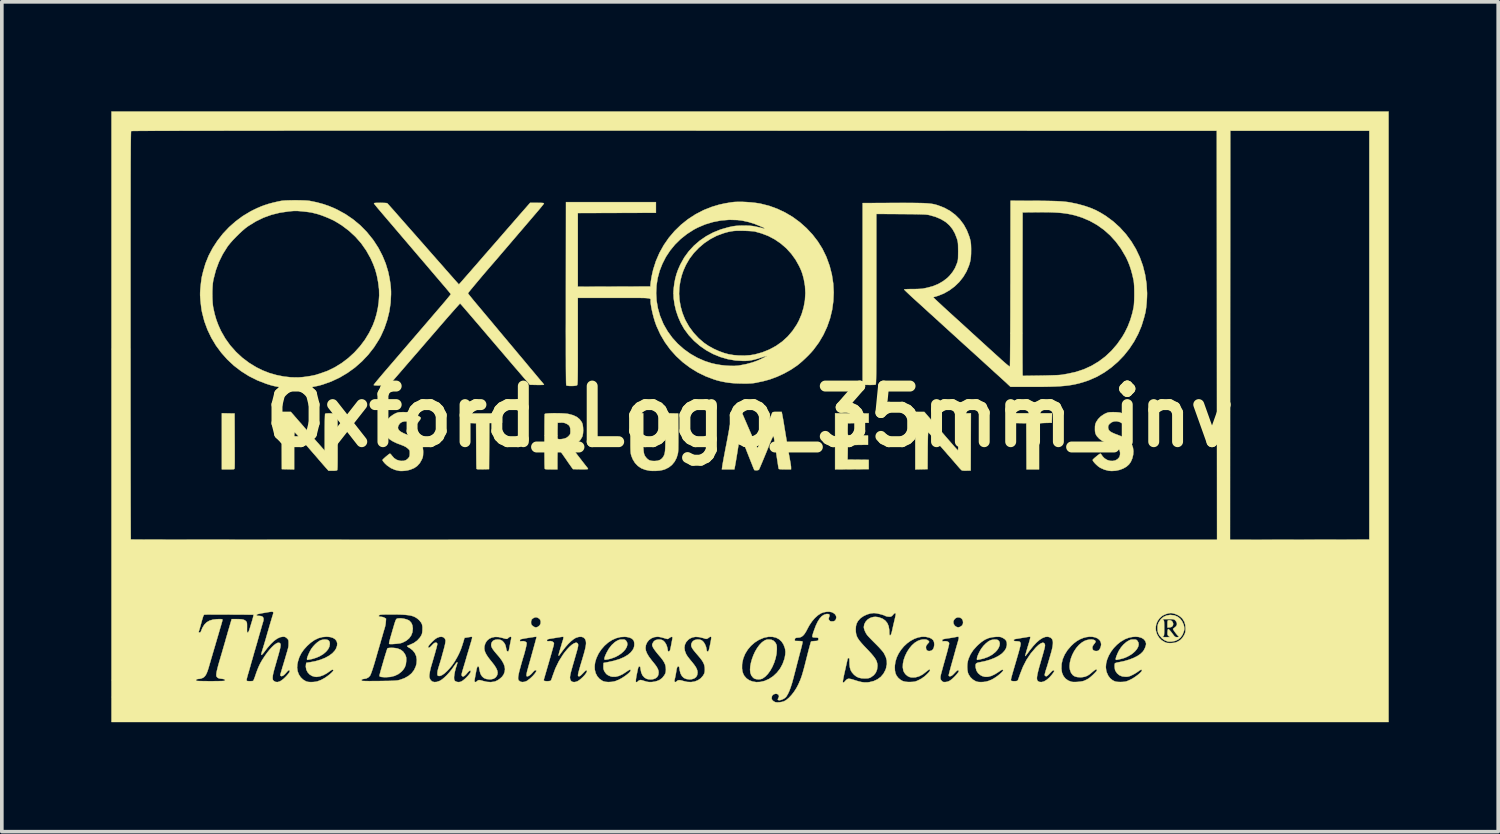
<source format=kicad_pcb>
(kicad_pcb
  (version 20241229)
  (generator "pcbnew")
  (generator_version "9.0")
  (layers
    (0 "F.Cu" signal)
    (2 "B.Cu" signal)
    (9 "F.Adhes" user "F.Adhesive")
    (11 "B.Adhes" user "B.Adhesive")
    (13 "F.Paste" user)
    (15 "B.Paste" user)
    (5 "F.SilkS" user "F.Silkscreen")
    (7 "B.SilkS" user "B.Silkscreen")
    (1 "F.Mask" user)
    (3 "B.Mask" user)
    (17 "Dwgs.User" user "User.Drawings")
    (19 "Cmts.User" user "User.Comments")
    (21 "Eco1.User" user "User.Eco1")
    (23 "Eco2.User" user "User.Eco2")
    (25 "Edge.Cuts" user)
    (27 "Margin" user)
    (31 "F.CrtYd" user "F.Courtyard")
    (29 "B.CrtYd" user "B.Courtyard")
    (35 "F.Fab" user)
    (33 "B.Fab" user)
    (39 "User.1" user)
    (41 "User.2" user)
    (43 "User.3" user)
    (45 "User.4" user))
  (footprint "Oxford_Logo_35mm_inv"
    (layer "F.Cu")
    (at 17.493 8.362)
    (property "Reference" "Oxford_Logo_35mm_inv" (at 0 0 0) (layer "F.SilkS") (effects (font (size 1.524 1.524) (thickness 0.3))))
    (attr through_hole)
    (fp_poly (pts (xy 11.555 5.597) (xy 11.586 5.631) (xy 11.6 5.677) (xy 11.6 5.686) (xy 11.59 5.732) (xy 11.559 5.763) (xy 11.511 5.778) (xy 11.492 5.779) (xy 11.443 5.779) (xy 11.443 5.684) (xy 11.444 5.635) (xy 11.447 5.605) (xy 11.454 5.589) (xy 11.467 5.582) (xy 11.467 5.582) (xy 11.514 5.579) (xy 11.555 5.597)) (stroke (width 0.01) (type solid)) (fill yes) (layer "F.SilkS"))
    (fp_poly (pts (xy -14.291 -0.086) (xy -14.116 -0.083) (xy -14.113 0.654) (xy -14.112 0.789) (xy -14.112 0.917) (xy -14.112 1.036) (xy -14.112 1.143) (xy -14.112 1.236) (xy -14.113 1.313) (xy -14.114 1.37) (xy -14.115 1.407) (xy -14.116 1.419) (xy -14.12 1.431) (xy -14.127 1.439) (xy -14.143 1.444) (xy -14.17 1.446) (xy -14.214 1.448) (xy -14.278 1.448) (xy -14.294 1.448) (xy -14.465 1.448) (xy -14.465 -0.09) (xy -14.291 -0.086)) (stroke (width 0.01) (type solid)) (fill yes) (layer "F.SilkS"))
    (fp_poly (pts (xy 8.274 0.171) (xy 8.109 0.175) (xy 8.03 0.178) (xy 7.975 0.182) (xy 7.943 0.189) (xy 7.935 0.194) (xy 7.933 0.21) (xy 7.931 0.248) (xy 7.93 0.307) (xy 7.928 0.383) (xy 7.927 0.475) (xy 7.926 0.58) (xy 7.925 0.695) (xy 7.925 0.817) (xy 7.925 0.829) (xy 7.925 1.448) (xy 7.582 1.448) (xy 7.579 0.816) (xy 7.576 0.184) (xy 7.401 0.181) (xy 7.226 0.177) (xy 7.226 -0.089) (xy 8.281 -0.089) (xy 8.274 0.171)) (stroke (width 0.01) (type solid)) (fill yes) (layer "F.SilkS"))
    (fp_poly (pts (xy -6.788 0.171) (xy -6.963 0.175) (xy -7.137 0.179) (xy -7.14 0.81) (xy -7.144 1.441) (xy -7.312 1.445) (xy -7.385 1.446) (xy -7.436 1.445) (xy -7.468 1.442) (xy -7.484 1.436) (xy -7.487 1.432) (xy -7.488 1.417) (xy -7.489 1.378) (xy -7.491 1.319) (xy -7.492 1.243) (xy -7.493 1.151) (xy -7.494 1.046) (xy -7.495 0.931) (xy -7.496 0.809) (xy -7.496 0.8) (xy -7.499 0.184) (xy -7.842 0.171) (xy -7.842 -0.083) (xy -6.788 -0.083) (xy -6.788 0.171)) (stroke (width 0.01) (type solid)) (fill yes) (layer "F.SilkS"))
    (fp_poly (pts (xy 2.797 -0.086) (xy 3.258 -0.083) (xy 3.258 0.171) (xy 2.686 0.184) (xy 2.682 0.342) (xy 2.682 0.414) (xy 2.683 0.463) (xy 2.687 0.494) (xy 2.693 0.509) (xy 2.695 0.51) (xy 2.712 0.513) (xy 2.751 0.516) (xy 2.807 0.518) (xy 2.876 0.52) (xy 2.954 0.52) (xy 2.975 0.521) (xy 3.239 0.521) (xy 3.239 0.774) (xy 2.686 0.781) (xy 2.683 0.981) (xy 2.679 1.181) (xy 2.968 1.184) (xy 3.258 1.187) (xy 3.258 1.441) (xy 2.337 1.448) (xy 2.337 -0.089) (xy 2.797 -0.086)) (stroke (width 0.01) (type solid)) (fill yes) (layer "F.SilkS"))
    (fp_poly (pts (xy -3.452 6.11) (xy -3.424 6.115) (xy -3.404 6.128) (xy -3.386 6.148) (xy -3.359 6.197) (xy -3.355 6.252) (xy -3.371 6.311) (xy -3.405 6.372) (xy -3.455 6.432) (xy -3.52 6.49) (xy -3.598 6.543) (xy -3.685 6.589) (xy -3.782 6.625) (xy -3.81 6.634) (xy -3.887 6.653) (xy -3.942 6.662) (xy -3.973 6.661) (xy -3.981 6.656) (xy -3.984 6.633) (xy -3.976 6.594) (xy -3.954 6.538) (xy -3.922 6.469) (xy -3.859 6.358) (xy -3.785 6.263) (xy -3.704 6.188) (xy -3.657 6.156) (xy -3.609 6.13) (xy -3.572 6.116) (xy -3.533 6.11) (xy -3.497 6.109) (xy -3.452 6.11)) (stroke (width 0.01) (type solid)) (fill yes) (layer "F.SilkS"))
    (fp_poly (pts (xy 6.754 6.112) (xy 6.796 6.123) (xy 6.803 6.128) (xy 6.836 6.165) (xy 6.849 6.214) (xy 6.843 6.271) (xy 6.819 6.335) (xy 6.777 6.4) (xy 6.732 6.45) (xy 6.643 6.523) (xy 6.535 6.583) (xy 6.411 6.629) (xy 6.306 6.654) (xy 6.266 6.661) (xy 6.237 6.666) (xy 6.227 6.668) (xy 6.224 6.657) (xy 6.223 6.633) (xy 6.23 6.594) (xy 6.249 6.541) (xy 6.276 6.48) (xy 6.309 6.416) (xy 6.345 6.358) (xy 6.346 6.356) (xy 6.402 6.283) (xy 6.465 6.219) (xy 6.529 6.167) (xy 6.586 6.134) (xy 6.64 6.117) (xy 6.699 6.11) (xy 6.754 6.112)) (stroke (width 0.01) (type solid)) (fill yes) (layer "F.SilkS"))
    (fp_poly (pts (xy -11.577 6.116) (xy -11.536 6.138) (xy -11.513 6.177) (xy -11.506 6.232) (xy -11.519 6.305) (xy -11.554 6.376) (xy -11.61 6.443) (xy -11.683 6.506) (xy -11.773 6.561) (xy -11.875 6.607) (xy -11.987 6.642) (xy -12.045 6.654) (xy -12.085 6.661) (xy -12.114 6.666) (xy -12.123 6.668) (xy -12.129 6.658) (xy -12.132 6.65) (xy -12.131 6.628) (xy -12.12 6.59) (xy -12.101 6.54) (xy -12.077 6.485) (xy -12.05 6.43) (xy -12.022 6.38) (xy -12.01 6.36) (xy -11.962 6.298) (xy -11.905 6.237) (xy -11.845 6.184) (xy -11.787 6.145) (xy -11.763 6.132) (xy -11.712 6.117) (xy -11.654 6.109) (xy -11.638 6.109) (xy -11.577 6.116)) (stroke (width 0.01) (type solid)) (fill yes) (layer "F.SilkS"))
    (fp_poly (pts (xy 10.555 6.11) (xy 10.584 6.115) (xy 10.604 6.128) (xy 10.622 6.148) (xy 10.649 6.197) (xy 10.654 6.253) (xy 10.638 6.313) (xy 10.603 6.375) (xy 10.551 6.436) (xy 10.484 6.495) (xy 10.402 6.549) (xy 10.309 6.596) (xy 10.259 6.616) (xy 10.22 6.628) (xy 10.171 6.641) (xy 10.119 6.653) (xy 10.073 6.663) (xy 10.041 6.667) (xy 10.037 6.668) (xy 10.029 6.658) (xy 10.025 6.65) (xy 10.027 6.629) (xy 10.037 6.591) (xy 10.055 6.542) (xy 10.077 6.489) (xy 10.102 6.437) (xy 10.116 6.41) (xy 10.173 6.323) (xy 10.242 6.244) (xy 10.316 6.18) (xy 10.35 6.158) (xy 10.397 6.131) (xy 10.433 6.116) (xy 10.47 6.11) (xy 10.51 6.109) (xy 10.555 6.11)) (stroke (width 0.01) (type solid)) (fill yes) (layer "F.SilkS"))
    (fp_poly (pts (xy 0.595 6.117) (xy 0.653 6.144) (xy 0.698 6.191) (xy 0.712 6.213) (xy 0.727 6.244) (xy 0.736 6.274) (xy 0.74 6.312) (xy 0.741 6.366) (xy 0.741 6.382) (xy 0.732 6.501) (xy 0.707 6.622) (xy 0.669 6.741) (xy 0.62 6.855) (xy 0.562 6.96) (xy 0.496 7.051) (xy 0.425 7.125) (xy 0.35 7.178) (xy 0.345 7.181) (xy 0.293 7.197) (xy 0.231 7.201) (xy 0.169 7.194) (xy 0.119 7.176) (xy 0.113 7.172) (xy 0.08 7.142) (xy 0.049 7.102) (xy 0.039 7.087) (xy 0.016 7.021) (xy 0.007 6.94) (xy 0.013 6.847) (xy 0.032 6.746) (xy 0.061 6.642) (xy 0.1 6.537) (xy 0.147 6.436) (xy 0.202 6.343) (xy 0.262 6.261) (xy 0.326 6.193) (xy 0.373 6.157) (xy 0.418 6.13) (xy 0.454 6.116) (xy 0.49 6.11) (xy 0.522 6.109) (xy 0.595 6.117)) (stroke (width 0.01) (type solid)) (fill yes) (layer "F.SilkS"))
    (fp_poly (pts (xy -9.762 6.339) (xy -9.706 6.345) (xy -9.657 6.354) (xy -9.646 6.357) (xy -9.562 6.391) (xy -9.498 6.441) (xy -9.45 6.508) (xy -9.443 6.522) (xy -9.425 6.563) (xy -9.415 6.598) (xy -9.412 6.638) (xy -9.413 6.691) (xy -9.413 6.698) (xy -9.424 6.791) (xy -9.452 6.87) (xy -9.499 6.942) (xy -9.541 6.988) (xy -9.628 7.056) (xy -9.73 7.105) (xy -9.847 7.134) (xy -9.975 7.143) (xy -10.027 7.141) (xy -10.085 7.136) (xy -10.122 7.129) (xy -10.142 7.118) (xy -10.147 7.103) (xy -10.147 7.102) (xy -10.144 7.084) (xy -10.134 7.045) (xy -10.119 6.989) (xy -10.1 6.921) (xy -10.078 6.844) (xy -10.054 6.762) (xy -10.03 6.678) (xy -10.006 6.596) (xy -9.983 6.52) (xy -9.962 6.454) (xy -9.946 6.402) (xy -9.934 6.367) (xy -9.928 6.353) (xy -9.908 6.344) (xy -9.869 6.339) (xy -9.819 6.337) (xy -9.762 6.339)) (stroke (width 0.01) (type solid)) (fill yes) (layer "F.SilkS"))
    (fp_poly (pts (xy -9.481 5.538) (xy -9.41 5.556) (xy -9.35 5.58) (xy -9.325 5.596) (xy -9.276 5.649) (xy -9.245 5.719) (xy -9.233 5.803) (xy -9.233 5.81) (xy -9.244 5.91) (xy -9.278 5.999) (xy -9.334 6.076) (xy -9.411 6.141) (xy -9.508 6.191) (xy -9.54 6.203) (xy -9.572 6.212) (xy -9.618 6.219) (xy -9.673 6.225) (xy -9.731 6.23) (xy -9.787 6.234) (xy -9.834 6.235) (xy -9.867 6.233) (xy -9.882 6.229) (xy -9.882 6.228) (xy -9.883 6.214) (xy -9.88 6.194) (xy -9.875 6.166) (xy -9.865 6.126) (xy -9.85 6.071) (xy -9.829 5.999) (xy -9.802 5.906) (xy -9.797 5.886) (xy -9.767 5.786) (xy -9.744 5.706) (xy -9.725 5.646) (xy -9.71 5.602) (xy -9.697 5.571) (xy -9.685 5.552) (xy -9.673 5.541) (xy -9.659 5.535) (xy -9.641 5.533) (xy -9.62 5.53) (xy -9.619 5.53) (xy -9.553 5.529) (xy -9.481 5.538)) (stroke (width 0.01) (type solid)) (fill yes) (layer "F.SilkS"))
    (fp_poly (pts (xy 4.782 -0.126) (xy 4.915 0.028) (xy 4.967 0.089) (xy 5.031 0.162) (xy 5.1 0.241) (xy 5.169 0.321) (xy 5.226 0.387) (xy 5.292 0.462) (xy 5.363 0.545) (xy 5.435 0.628) (xy 5.501 0.704) (xy 5.549 0.759) (xy 5.596 0.814) (xy 5.639 0.861) (xy 5.673 0.898) (xy 5.696 0.921) (xy 5.704 0.927) (xy 5.707 0.915) (xy 5.709 0.88) (xy 5.711 0.825) (xy 5.713 0.753) (xy 5.715 0.666) (xy 5.717 0.567) (xy 5.718 0.459) (xy 5.718 0.422) (xy 5.721 -0.083) (xy 5.89 -0.086) (xy 6.058 -0.09) (xy 6.055 0.695) (xy 6.052 1.48) (xy 5.937 1.483) (xy 5.869 1.483) (xy 5.824 1.479) (xy 5.801 1.47) (xy 5.785 1.454) (xy 5.756 1.424) (xy 5.72 1.383) (xy 5.687 1.345) (xy 5.656 1.309) (xy 5.611 1.257) (xy 5.555 1.192) (xy 5.491 1.118) (xy 5.42 1.038) (xy 5.348 0.954) (xy 5.302 0.902) (xy 5.231 0.821) (xy 5.163 0.743) (xy 5.101 0.671) (xy 5.046 0.608) (xy 5.002 0.556) (xy 4.97 0.519) (xy 4.956 0.503) (xy 4.927 0.469) (xy 4.903 0.444) (xy 4.89 0.434) (xy 4.886 0.445) (xy 4.883 0.481) (xy 4.88 0.541) (xy 4.878 0.624) (xy 4.876 0.729) (xy 4.874 0.855) (xy 4.874 0.936) (xy 4.87 1.441) (xy 4.702 1.445) (xy 4.534 1.449) (xy 4.534 -0.127) (xy 4.782 -0.126)) (stroke (width 0.01) (type solid)) (fill yes) (layer "F.SilkS"))
    (fp_poly (pts (xy -12.505 -0.048) (xy -12.482 -0.021) (xy -12.458 0.007) (xy -12.43 0.038) (xy -12.398 0.076) (xy -12.359 0.121) (xy -12.311 0.175) (xy -12.254 0.24) (xy -12.186 0.319) (xy -12.104 0.413) (xy -12.008 0.524) (xy -11.989 0.546) (xy -11.924 0.621) (xy -11.862 0.692) (xy -11.805 0.756) (xy -11.757 0.811) (xy -11.72 0.853) (xy -11.697 0.879) (xy -11.694 0.882) (xy -11.647 0.933) (xy -11.646 0.438) (xy -11.646 0.328) (xy -11.645 0.226) (xy -11.644 0.134) (xy -11.642 0.055) (xy -11.64 -0.007) (xy -11.638 -0.051) (xy -11.636 -0.072) (xy -11.635 -0.073) (xy -11.623 -0.08) (xy -11.597 -0.085) (xy -11.552 -0.087) (xy -11.487 -0.087) (xy -11.461 -0.086) (xy -11.297 -0.083) (xy -11.293 0.684) (xy -11.293 0.858) (xy -11.293 1.007) (xy -11.293 1.133) (xy -11.294 1.238) (xy -11.295 1.321) (xy -11.296 1.385) (xy -11.299 1.43) (xy -11.301 1.457) (xy -11.304 1.469) (xy -11.323 1.478) (xy -11.361 1.484) (xy -11.42 1.486) (xy -11.43 1.486) (xy -11.541 1.486) (xy -11.59 1.431) (xy -11.618 1.4) (xy -11.657 1.356) (xy -11.702 1.304) (xy -11.748 1.251) (xy -11.808 1.182) (xy -11.88 1.097) (xy -11.962 1.004) (xy -12.047 0.905) (xy -12.133 0.806) (xy -12.215 0.712) (xy -12.289 0.628) (xy -12.347 0.562) (xy -12.389 0.514) (xy -12.426 0.475) (xy -12.455 0.446) (xy -12.471 0.432) (xy -12.472 0.432) (xy -12.475 0.444) (xy -12.478 0.48) (xy -12.48 0.537) (xy -12.482 0.613) (xy -12.483 0.707) (xy -12.484 0.816) (xy -12.484 0.938) (xy -12.484 1.449) (xy -12.652 1.445) (xy -12.821 1.441) (xy -12.827 -0.127) (xy -12.575 -0.127) (xy -12.505 -0.048)) (stroke (width 0.01) (type solid)) (fill yes) (layer "F.SilkS"))
    (fp_poly (pts (xy -2.921 0.421) (xy -2.921 0.562) (xy -2.92 0.68) (xy -2.919 0.778) (xy -2.916 0.858) (xy -2.912 0.922) (xy -2.906 0.974) (xy -2.898 1.015) (xy -2.888 1.048) (xy -2.875 1.076) (xy -2.859 1.1) (xy -2.84 1.124) (xy -2.835 1.131) (xy -2.792 1.174) (xy -2.745 1.201) (xy -2.689 1.215) (xy -2.615 1.219) (xy -2.612 1.219) (xy -2.526 1.212) (xy -2.458 1.188) (xy -2.404 1.147) (xy -2.372 1.104) (xy -2.357 1.078) (xy -2.345 1.051) (xy -2.335 1.02) (xy -2.327 0.982) (xy -2.321 0.935) (xy -2.317 0.876) (xy -2.314 0.804) (xy -2.312 0.714) (xy -2.311 0.605) (xy -2.311 0.474) (xy -2.311 0.425) (xy -2.311 0.317) (xy -2.31 0.216) (xy -2.309 0.125) (xy -2.307 0.048) (xy -2.306 -0.012) (xy -2.303 -0.053) (xy -2.301 -0.073) (xy -2.301 -0.073) (xy -2.289 -0.08) (xy -2.262 -0.085) (xy -2.218 -0.087) (xy -2.152 -0.087) (xy -2.126 -0.086) (xy -1.962 -0.083) (xy -1.958 0.425) (xy -1.958 0.575) (xy -1.958 0.702) (xy -1.959 0.805) (xy -1.96 0.887) (xy -1.963 0.949) (xy -1.967 0.992) (xy -1.97 1.01) (xy -2.005 1.13) (xy -2.06 1.236) (xy -2.133 1.325) (xy -2.222 1.395) (xy -2.327 1.447) (xy -2.388 1.465) (xy -2.472 1.481) (xy -2.57 1.489) (xy -2.668 1.49) (xy -2.731 1.486) (xy -2.859 1.461) (xy -2.971 1.418) (xy -3.066 1.355) (xy -3.144 1.273) (xy -3.206 1.172) (xy -3.241 1.086) (xy -3.248 1.064) (xy -3.254 1.043) (xy -3.259 1.02) (xy -3.262 0.993) (xy -3.265 0.96) (xy -3.267 0.917) (xy -3.269 0.862) (xy -3.27 0.793) (xy -3.27 0.706) (xy -3.27 0.6) (xy -3.27 0.471) (xy -3.27 -0.083) (xy -3.096 -0.086) (xy -2.921 -0.09) (xy -2.921 0.421)) (stroke (width 0.01) (type solid)) (fill yes) (layer "F.SilkS"))
    (fp_poly (pts (xy 11.63 5.447) (xy 11.715 5.481) (xy 11.787 5.535) (xy 11.844 5.609) (xy 11.886 5.7) (xy 11.898 5.747) (xy 11.906 5.796) (xy 11.903 5.841) (xy 11.895 5.877) (xy 11.858 5.975) (xy 11.804 6.053) (xy 11.736 6.111) (xy 11.653 6.149) (xy 11.557 6.166) (xy 11.51 6.168) (xy 11.47 6.167) (xy 11.449 6.164) (xy 11.365 6.13) (xy 11.289 6.074) (xy 11.26 6.039) (xy 11.313 6.039) (xy 11.328 6.043) (xy 11.362 6.044) (xy 11.405 6.044) (xy 11.513 6.045) (xy 11.477 6.017) (xy 11.458 5.999) (xy 11.447 5.981) (xy 11.444 5.954) (xy 11.445 5.91) (xy 11.445 5.905) (xy 11.449 5.859) (xy 11.455 5.833) (xy 11.465 5.823) (xy 11.468 5.823) (xy 11.483 5.833) (xy 11.509 5.859) (xy 11.541 5.897) (xy 11.569 5.934) (xy 11.606 5.983) (xy 11.631 6.015) (xy 11.651 6.033) (xy 11.669 6.042) (xy 11.69 6.045) (xy 11.706 6.045) (xy 11.744 6.042) (xy 11.759 6.034) (xy 11.749 6.02) (xy 11.736 6.011) (xy 11.718 5.994) (xy 11.692 5.964) (xy 11.663 5.927) (xy 11.634 5.887) (xy 11.611 5.852) (xy 11.597 5.828) (xy 11.596 5.821) (xy 11.606 5.808) (xy 11.63 5.789) (xy 11.637 5.785) (xy 11.682 5.745) (xy 11.703 5.699) (xy 11.7 5.651) (xy 11.672 5.602) (xy 11.657 5.586) (xy 11.64 5.571) (xy 11.624 5.561) (xy 11.604 5.555) (xy 11.574 5.552) (xy 11.53 5.551) (xy 11.465 5.551) (xy 11.457 5.551) (xy 11.391 5.551) (xy 11.348 5.552) (xy 11.323 5.554) (xy 11.314 5.558) (xy 11.317 5.565) (xy 11.325 5.571) (xy 11.336 5.58) (xy 11.343 5.591) (xy 11.349 5.608) (xy 11.352 5.636) (xy 11.353 5.678) (xy 11.354 5.738) (xy 11.354 5.798) (xy 11.354 5.874) (xy 11.353 5.93) (xy 11.351 5.968) (xy 11.347 5.993) (xy 11.342 6.008) (xy 11.333 6.018) (xy 11.325 6.024) (xy 11.313 6.034) (xy 11.313 6.039) (xy 11.26 6.039) (xy 11.227 6.001) (xy 11.204 5.963) (xy 11.185 5.921) (xy 11.175 5.879) (xy 11.171 5.827) (xy 11.17 5.803) (xy 11.172 5.747) (xy 11.178 5.706) (xy 11.191 5.666) (xy 11.208 5.632) (xy 11.262 5.552) (xy 11.331 5.492) (xy 11.414 5.453) (xy 11.509 5.436) (xy 11.534 5.436) (xy 11.63 5.447)) (stroke (width 0.01) (type solid)) (fill yes) (layer "F.SilkS"))
    (fp_poly (pts (xy 10.038 -0.118) (xy 10.103 -0.113) (xy 10.151 -0.106) (xy 10.16 -0.103) (xy 10.238 -0.077) (xy 10.307 -0.048) (xy 10.366 -0.019) (xy 10.41 0.009) (xy 10.435 0.033) (xy 10.439 0.046) (xy 10.432 0.063) (xy 10.414 0.094) (xy 10.388 0.132) (xy 10.359 0.171) (xy 10.331 0.207) (xy 10.309 0.232) (xy 10.296 0.241) (xy 10.281 0.234) (xy 10.252 0.217) (xy 10.222 0.197) (xy 10.14 0.152) (xy 10.06 0.13) (xy 9.985 0.132) (xy 9.916 0.156) (xy 9.861 0.198) (xy 9.833 0.231) (xy 9.82 0.261) (xy 9.817 0.297) (xy 9.823 0.339) (xy 9.841 0.376) (xy 9.874 0.409) (xy 9.926 0.44) (xy 9.997 0.472) (xy 10.077 0.502) (xy 10.206 0.553) (xy 10.311 0.609) (xy 10.391 0.669) (xy 10.449 0.735) (xy 10.467 0.766) (xy 10.498 0.853) (xy 10.51 0.949) (xy 10.503 1.05) (xy 10.479 1.149) (xy 10.439 1.241) (xy 10.388 1.313) (xy 10.319 1.374) (xy 10.232 1.424) (xy 10.132 1.462) (xy 10.025 1.485) (xy 9.917 1.492) (xy 9.836 1.486) (xy 9.717 1.456) (xy 9.606 1.406) (xy 9.582 1.391) (xy 9.54 1.361) (xy 9.497 1.323) (xy 9.457 1.283) (xy 9.424 1.245) (xy 9.402 1.212) (xy 9.394 1.19) (xy 9.395 1.187) (xy 9.41 1.169) (xy 9.439 1.141) (xy 9.477 1.109) (xy 9.517 1.076) (xy 9.555 1.046) (xy 9.586 1.025) (xy 9.603 1.016) (xy 9.604 1.016) (xy 9.62 1.026) (xy 9.64 1.052) (xy 9.646 1.062) (xy 9.671 1.097) (xy 9.707 1.134) (xy 9.727 1.151) (xy 9.796 1.192) (xy 9.87 1.214) (xy 9.944 1.217) (xy 10.013 1.203) (xy 10.072 1.171) (xy 10.118 1.122) (xy 10.128 1.105) (xy 10.144 1.052) (xy 10.146 0.991) (xy 10.134 0.933) (xy 10.122 0.908) (xy 10.091 0.874) (xy 10.039 0.839) (xy 9.974 0.804) (xy 9.898 0.774) (xy 9.881 0.768) (xy 9.761 0.723) (xy 9.658 0.669) (xy 9.575 0.609) (xy 9.514 0.544) (xy 9.485 0.498) (xy 9.47 0.461) (xy 9.461 0.422) (xy 9.457 0.373) (xy 9.457 0.329) (xy 9.458 0.27) (xy 9.464 0.226) (xy 9.475 0.187) (xy 9.492 0.149) (xy 9.544 0.07) (xy 9.615 -0.002) (xy 9.702 -0.061) (xy 9.738 -0.08) (xy 9.779 -0.098) (xy 9.812 -0.109) (xy 9.848 -0.116) (xy 9.892 -0.119) (xy 9.953 -0.12) (xy 9.963 -0.12) (xy 10.038 -0.118)) (stroke (width 0.01) (type solid)) (fill yes) (layer "F.SilkS"))
    (fp_poly (pts (xy -9.418 -0.119) (xy -9.366 -0.116) (xy -9.322 -0.109) (xy -9.278 -0.097) (xy -9.239 -0.084) (xy -9.162 -0.054) (xy -9.097 -0.024) (xy -9.047 0.005) (xy -9.019 0.029) (xy -9.015 0.042) (xy -9.021 0.061) (xy -9.039 0.092) (xy -9.072 0.137) (xy -9.077 0.144) (xy -9.11 0.185) (xy -9.137 0.218) (xy -9.155 0.237) (xy -9.16 0.241) (xy -9.175 0.234) (xy -9.204 0.217) (xy -9.234 0.197) (xy -9.316 0.152) (xy -9.396 0.131) (xy -9.46 0.132) (xy -9.532 0.151) (xy -9.585 0.187) (xy -9.622 0.239) (xy -9.64 0.29) (xy -9.636 0.336) (xy -9.61 0.378) (xy -9.562 0.418) (xy -9.489 0.457) (xy -9.442 0.477) (xy -9.347 0.515) (xy -9.273 0.546) (xy -9.215 0.572) (xy -9.17 0.594) (xy -9.135 0.615) (xy -9.105 0.636) (xy -9.078 0.659) (xy -9.074 0.663) (xy -9.019 0.721) (xy -8.982 0.78) (xy -8.96 0.849) (xy -8.95 0.931) (xy -8.949 0.978) (xy -8.951 1.039) (xy -8.955 1.085) (xy -8.964 1.123) (xy -8.98 1.164) (xy -8.988 1.181) (xy -9.042 1.277) (xy -9.111 1.353) (xy -9.196 1.412) (xy -9.3 1.455) (xy -9.309 1.458) (xy -9.38 1.476) (xy -9.458 1.487) (xy -9.534 1.492) (xy -9.595 1.49) (xy -9.718 1.462) (xy -9.834 1.412) (xy -9.938 1.34) (xy -9.995 1.287) (xy -10.037 1.239) (xy -10.059 1.207) (xy -10.062 1.188) (xy -10.062 1.187) (xy -10.047 1.169) (xy -10.018 1.142) (xy -9.982 1.109) (xy -9.942 1.076) (xy -9.905 1.046) (xy -9.876 1.025) (xy -9.859 1.016) (xy -9.859 1.016) (xy -9.844 1.026) (xy -9.821 1.051) (xy -9.806 1.071) (xy -9.745 1.14) (xy -9.673 1.187) (xy -9.587 1.212) (xy -9.556 1.216) (xy -9.479 1.214) (xy -9.416 1.192) (xy -9.364 1.15) (xy -9.35 1.133) (xy -9.33 1.103) (xy -9.32 1.072) (xy -9.316 1.03) (xy -9.315 1.006) (xy -9.316 0.961) (xy -9.321 0.932) (xy -9.335 0.909) (xy -9.361 0.883) (xy -9.374 0.871) (xy -9.424 0.834) (xy -9.485 0.803) (xy -9.539 0.782) (xy -9.669 0.733) (xy -9.776 0.682) (xy -9.859 0.63) (xy -9.911 0.583) (xy -9.966 0.504) (xy -9.998 0.42) (xy -10.009 0.332) (xy -9.998 0.243) (xy -9.967 0.157) (xy -9.917 0.076) (xy -9.848 0.004) (xy -9.761 -0.057) (xy -9.716 -0.081) (xy -9.678 -0.098) (xy -9.645 -0.109) (xy -9.612 -0.116) (xy -9.569 -0.119) (xy -9.511 -0.12) (xy -9.487 -0.12) (xy -9.418 -0.119)) (stroke (width 0.01) (type solid)) (fill yes) (layer "F.SilkS"))
    (fp_poly (pts (xy -5.289 -0.09) (xy -5.207 -0.089) (xy -5.128 -0.086) (xy -5.056 -0.081) (xy -4.996 -0.075) (xy -4.958 -0.068) (xy -4.838 -0.035) (xy -4.74 0.012) (xy -4.663 0.074) (xy -4.607 0.15) (xy -4.594 0.175) (xy -4.577 0.231) (xy -4.568 0.302) (xy -4.565 0.38) (xy -4.569 0.456) (xy -4.581 0.523) (xy -4.593 0.559) (xy -4.644 0.642) (xy -4.712 0.713) (xy -4.791 0.765) (xy -4.849 0.788) (xy -4.884 0.802) (xy -4.898 0.816) (xy -4.897 0.82) (xy -4.888 0.833) (xy -4.866 0.863) (xy -4.834 0.907) (xy -4.793 0.961) (xy -4.746 1.023) (xy -4.696 1.089) (xy -4.644 1.156) (xy -4.594 1.221) (xy -4.548 1.28) (xy -4.508 1.331) (xy -4.477 1.37) (xy -4.462 1.388) (xy -4.442 1.415) (xy -4.433 1.434) (xy -4.432 1.436) (xy -4.445 1.441) (xy -4.479 1.444) (xy -4.534 1.445) (xy -4.605 1.445) (xy -4.638 1.445) (xy -4.844 1.441) (xy -4.883 1.389) (xy -4.901 1.363) (xy -4.931 1.321) (xy -4.971 1.265) (xy -5.016 1.199) (xy -5.065 1.128) (xy -5.085 1.1) (xy -5.132 1.032) (xy -5.175 0.972) (xy -5.211 0.922) (xy -5.239 0.886) (xy -5.256 0.866) (xy -5.259 0.864) (xy -5.262 0.876) (xy -5.265 0.91) (xy -5.268 0.962) (xy -5.269 1.029) (xy -5.27 1.107) (xy -5.271 1.156) (xy -5.271 1.448) (xy -5.441 1.448) (xy -5.511 1.447) (xy -5.56 1.446) (xy -5.591 1.443) (xy -5.609 1.437) (xy -5.617 1.43) (xy -5.618 1.428) (xy -5.62 1.411) (xy -5.621 1.372) (xy -5.623 1.313) (xy -5.624 1.237) (xy -5.624 1.147) (xy -5.625 1.045) (xy -5.626 0.934) (xy -5.626 0.817) (xy -5.626 0.698) (xy -5.626 0.577) (xy -5.626 0.459) (xy -5.626 0.452) (xy -5.268 0.452) (xy -5.268 0.515) (xy -5.268 0.564) (xy -5.266 0.597) (xy -5.265 0.606) (xy -5.248 0.617) (xy -5.212 0.622) (xy -5.163 0.619) (xy -5.106 0.61) (xy -5.08 0.604) (xy -5.022 0.582) (xy -4.975 0.547) (xy -4.963 0.534) (xy -4.938 0.506) (xy -4.923 0.483) (xy -4.917 0.455) (xy -4.915 0.415) (xy -4.915 0.393) (xy -4.919 0.324) (xy -4.933 0.274) (xy -4.961 0.236) (xy -5.006 0.206) (xy -5.026 0.196) (xy -5.072 0.177) (xy -5.115 0.168) (xy -5.168 0.167) (xy -5.179 0.168) (xy -5.264 0.171) (xy -5.268 0.381) (xy -5.268 0.452) (xy -5.626 0.452) (xy -5.625 0.347) (xy -5.625 0.242) (xy -5.624 0.148) (xy -5.623 0.067) (xy -5.622 0.003) (xy -5.62 -0.043) (xy -5.619 -0.066) (xy -5.618 -0.069) (xy -5.603 -0.076) (xy -5.567 -0.082) (xy -5.513 -0.086) (xy -5.446 -0.089) (xy -5.37 -0.091) (xy -5.289 -0.09)) (stroke (width 0.01) (type solid)) (fill yes) (layer "F.SilkS"))
    (fp_poly (pts (xy 0.888 -0.054) (xy 0.911 0.068) (xy 0.929 0.174) (xy 0.94 0.241) (xy 0.947 0.285) (xy 0.957 0.346) (xy 0.969 0.417) (xy 0.981 0.492) (xy 0.984 0.508) (xy 0.998 0.592) (xy 1.013 0.684) (xy 1.028 0.774) (xy 1.041 0.851) (xy 1.041 0.851) (xy 1.052 0.918) (xy 1.063 0.983) (xy 1.072 1.038) (xy 1.079 1.073) (xy 1.098 1.179) (xy 1.113 1.263) (xy 1.123 1.327) (xy 1.129 1.373) (xy 1.13 1.402) (xy 1.13 1.448) (xy 0.966 1.448) (xy 0.904 1.447) (xy 0.851 1.445) (xy 0.814 1.441) (xy 0.795 1.437) (xy 0.795 1.437) (xy 0.79 1.419) (xy 0.782 1.384) (xy 0.775 1.338) (xy 0.774 1.332) (xy 0.765 1.271) (xy 0.755 1.208) (xy 0.748 1.162) (xy 0.741 1.116) (xy 0.732 1.055) (xy 0.722 0.988) (xy 0.716 0.946) (xy 0.706 0.881) (xy 0.697 0.816) (xy 0.689 0.762) (xy 0.685 0.737) (xy 0.677 0.681) (xy 0.668 0.621) (xy 0.665 0.6) (xy 0.658 0.563) (xy 0.65 0.541) (xy 0.644 0.537) (xy 0.633 0.551) (xy 0.615 0.587) (xy 0.589 0.643) (xy 0.558 0.719) (xy 0.52 0.812) (xy 0.52 0.813) (xy 0.498 0.867) (xy 0.471 0.933) (xy 0.441 1.008) (xy 0.408 1.086) (xy 0.375 1.166) (xy 0.343 1.243) (xy 0.313 1.313) (xy 0.288 1.373) (xy 0.267 1.42) (xy 0.254 1.449) (xy 0.25 1.457) (xy 0.232 1.466) (xy 0.2 1.472) (xy 0.164 1.473) (xy 0.135 1.47) (xy 0.123 1.464) (xy 0.116 1.448) (xy 0.101 1.413) (xy 0.08 1.361) (xy 0.054 1.295) (xy 0.023 1.218) (xy -0.01 1.134) (xy -0.045 1.046) (xy -0.08 0.957) (xy -0.114 0.87) (xy -0.146 0.788) (xy -0.175 0.715) (xy -0.198 0.654) (xy -0.216 0.608) (xy -0.226 0.58) (xy -0.229 0.573) (xy -0.237 0.556) (xy -0.247 0.547) (xy -0.253 0.543) (xy -0.26 0.545) (xy -0.266 0.555) (xy -0.272 0.575) (xy -0.28 0.609) (xy -0.289 0.658) (xy -0.301 0.725) (xy -0.315 0.813) (xy -0.33 0.908) (xy -0.347 1.017) (xy -0.362 1.105) (xy -0.374 1.178) (xy -0.384 1.239) (xy -0.394 1.293) (xy -0.403 1.345) (xy -0.408 1.372) (xy -0.423 1.448) (xy -0.765 1.448) (xy -0.756 1.381) (xy -0.751 1.343) (xy -0.741 1.285) (xy -0.727 1.209) (xy -0.711 1.12) (xy -0.692 1.022) (xy -0.673 0.918) (xy -0.661 0.857) (xy -0.642 0.763) (xy -0.628 0.688) (xy -0.616 0.627) (xy -0.606 0.574) (xy -0.597 0.522) (xy -0.59 0.489) (xy -0.568 0.365) (xy -0.546 0.25) (xy -0.526 0.146) (xy -0.509 0.056) (xy -0.495 -0.017) (xy -0.484 -0.072) (xy -0.477 -0.105) (xy -0.475 -0.112) (xy -0.466 -0.119) (xy -0.44 -0.124) (xy -0.396 -0.125) (xy -0.347 -0.124) (xy -0.223 -0.121) (xy -0.113 0.133) (xy -0.073 0.226) (xy -0.041 0.3) (xy -0.016 0.357) (xy 0.004 0.403) (xy 0.021 0.441) (xy 0.035 0.475) (xy 0.05 0.509) (xy 0.066 0.545) (xy 0.085 0.59) (xy 0.099 0.622) (xy 0.126 0.685) (xy 0.151 0.743) (xy 0.172 0.79) (xy 0.185 0.821) (xy 0.186 0.824) (xy 0.201 0.849) (xy 0.213 0.857) (xy 0.215 0.856) (xy 0.224 0.84) (xy 0.239 0.806) (xy 0.259 0.759) (xy 0.279 0.711) (xy 0.303 0.651) (xy 0.327 0.594) (xy 0.346 0.547) (xy 0.356 0.524) (xy 0.371 0.49) (xy 0.38 0.467) (xy 0.381 0.462) (xy 0.386 0.447) (xy 0.397 0.418) (xy 0.399 0.415) (xy 0.41 0.39) (xy 0.428 0.347) (xy 0.452 0.289) (xy 0.48 0.222) (xy 0.508 0.154) (xy 0.538 0.083) (xy 0.565 0.017) (xy 0.587 -0.037) (xy 0.604 -0.077) (xy 0.613 -0.097) (xy 0.62 -0.111) (xy 0.632 -0.119) (xy 0.652 -0.124) (xy 0.686 -0.127) (xy 0.74 -0.127) (xy 0.75 -0.127) (xy 0.874 -0.127) (xy 0.888 -0.054)) (stroke (width 0.01) (type solid)) (fill yes) (layer "F.SilkS"))
    (fp_poly (pts (xy -12.356 -5.924) (xy -12.262 -5.922) (xy -12.177 -5.919) (xy -12.107 -5.914) (xy -12.055 -5.908) (xy -12.052 -5.907) (xy -11.867 -5.869) (xy -11.7 -5.824) (xy -11.542 -5.771) (xy -11.387 -5.707) (xy -11.308 -5.67) (xy -11.079 -5.545) (xy -10.868 -5.401) (xy -10.672 -5.238) (xy -10.493 -5.056) (xy -10.329 -4.853) (xy -10.305 -4.82) (xy -10.175 -4.619) (xy -10.065 -4.407) (xy -9.975 -4.189) (xy -9.908 -3.967) (xy -9.875 -3.81) (xy -9.858 -3.71) (xy -9.846 -3.628) (xy -9.838 -3.557) (xy -9.833 -3.491) (xy -9.83 -3.422) (xy -9.83 -3.346) (xy -9.842 -3.113) (xy -9.877 -2.877) (xy -9.935 -2.643) (xy -10.013 -2.415) (xy -10.111 -2.199) (xy -10.161 -2.108) (xy -10.297 -1.894) (xy -10.454 -1.694) (xy -10.628 -1.51) (xy -10.818 -1.343) (xy -11.023 -1.195) (xy -11.239 -1.067) (xy -11.467 -0.96) (xy -11.703 -0.876) (xy -11.792 -0.851) (xy -11.847 -0.838) (xy -11.918 -0.824) (xy -11.993 -0.809) (xy -12.049 -0.8) (xy -12.15 -0.787) (xy -12.268 -0.779) (xy -12.396 -0.776) (xy -12.527 -0.776) (xy -12.653 -0.781) (xy -12.766 -0.79) (xy -12.84 -0.8) (xy -12.928 -0.815) (xy -12.999 -0.828) (xy -13.06 -0.842) (xy -13.118 -0.857) (xy -13.18 -0.876) (xy -13.255 -0.9) (xy -13.26 -0.902) (xy -13.497 -0.994) (xy -13.723 -1.108) (xy -13.934 -1.241) (xy -14.132 -1.392) (xy -14.313 -1.561) (xy -14.478 -1.746) (xy -14.625 -1.945) (xy -14.752 -2.157) (xy -14.859 -2.38) (xy -14.945 -2.614) (xy -15.007 -2.857) (xy -15.016 -2.902) (xy -15.024 -2.954) (xy -15.033 -3.022) (xy -15.042 -3.099) (xy -15.05 -3.177) (xy -15.051 -3.188) (xy -15.057 -3.265) (xy -15.06 -3.328) (xy -14.726 -3.328) (xy -14.723 -3.217) (xy -14.717 -3.114) (xy -14.708 -3.027) (xy -14.702 -2.991) (xy -14.664 -2.816) (xy -14.618 -2.657) (xy -14.562 -2.506) (xy -14.493 -2.354) (xy -14.484 -2.336) (xy -14.37 -2.137) (xy -14.235 -1.949) (xy -14.08 -1.774) (xy -13.908 -1.614) (xy -13.72 -1.472) (xy -13.52 -1.349) (xy -13.354 -1.267) (xy -13.166 -1.193) (xy -12.968 -1.136) (xy -12.767 -1.096) (xy -12.568 -1.074) (xy -12.375 -1.071) (xy -12.249 -1.08) (xy -12.177 -1.089) (xy -12.101 -1.1) (xy -12.027 -1.112) (xy -11.962 -1.125) (xy -11.911 -1.136) (xy -11.887 -1.142) (xy -11.858 -1.152) (xy -11.815 -1.165) (xy -11.779 -1.176) (xy -11.573 -1.249) (xy -11.374 -1.346) (xy -11.183 -1.463) (xy -11.002 -1.6) (xy -10.834 -1.754) (xy -10.681 -1.923) (xy -10.544 -2.105) (xy -10.426 -2.299) (xy -10.328 -2.502) (xy -10.274 -2.644) (xy -10.225 -2.81) (xy -10.189 -2.981) (xy -10.165 -3.152) (xy -10.154 -3.316) (xy -10.157 -3.467) (xy -10.159 -3.496) (xy -10.183 -3.685) (xy -10.216 -3.857) (xy -10.259 -4.017) (xy -10.316 -4.172) (xy -10.386 -4.328) (xy -10.389 -4.335) (xy -10.509 -4.549) (xy -10.648 -4.747) (xy -10.807 -4.928) (xy -10.984 -5.091) (xy -11.179 -5.238) (xy -11.365 -5.352) (xy -11.44 -5.39) (xy -11.529 -5.431) (xy -11.624 -5.47) (xy -11.718 -5.507) (xy -11.804 -5.536) (xy -11.868 -5.555) (xy -11.92 -5.567) (xy -11.969 -5.58) (xy -12.002 -5.588) (xy -12.03 -5.593) (xy -12.077 -5.6) (xy -12.139 -5.608) (xy -12.209 -5.616) (xy -12.242 -5.62) (xy -12.322 -5.627) (xy -12.386 -5.632) (xy -12.442 -5.633) (xy -12.498 -5.632) (xy -12.563 -5.627) (xy -12.636 -5.62) (xy -12.878 -5.584) (xy -13.107 -5.527) (xy -13.325 -5.448) (xy -13.535 -5.346) (xy -13.738 -5.22) (xy -13.757 -5.207) (xy -13.826 -5.155) (xy -13.906 -5.086) (xy -13.991 -5.007) (xy -14.077 -4.922) (xy -14.16 -4.836) (xy -14.233 -4.753) (xy -14.293 -4.679) (xy -14.313 -4.651) (xy -14.441 -4.447) (xy -14.546 -4.234) (xy -14.629 -4.01) (xy -14.691 -3.772) (xy -14.702 -3.721) (xy -14.713 -3.644) (xy -14.72 -3.548) (xy -14.725 -3.44) (xy -14.726 -3.328) (xy -15.06 -3.328) (xy -15.06 -3.329) (xy -15.06 -3.388) (xy -15.057 -3.45) (xy -15.051 -3.524) (xy -15.045 -3.582) (xy -15.037 -3.656) (xy -15.028 -3.724) (xy -15.021 -3.781) (xy -15.014 -3.821) (xy -15.011 -3.835) (xy -15.002 -3.871) (xy -14.99 -3.92) (xy -14.979 -3.967) (xy -14.914 -4.19) (xy -14.826 -4.408) (xy -14.715 -4.618) (xy -14.584 -4.819) (xy -14.435 -5.01) (xy -14.268 -5.187) (xy -14.086 -5.348) (xy -13.89 -5.493) (xy -13.682 -5.618) (xy -13.596 -5.662) (xy -13.487 -5.714) (xy -13.386 -5.757) (xy -13.286 -5.794) (xy -13.183 -5.827) (xy -13.07 -5.857) (xy -12.942 -5.887) (xy -12.84 -5.908) (xy -12.794 -5.914) (xy -12.727 -5.919) (xy -12.645 -5.922) (xy -12.553 -5.924) (xy -12.455 -5.925) (xy -12.356 -5.924)) (stroke (width 0.01) (type solid)) (fill yes) (layer "F.SilkS"))
    (fp_poly (pts (xy -5.753 -5.854) (xy -5.7 -5.853) (xy -5.666 -5.85) (xy -5.648 -5.846) (xy -5.641 -5.84) (xy -5.641 -5.837) (xy -5.65 -5.822) (xy -5.674 -5.791) (xy -5.709 -5.747) (xy -5.753 -5.694) (xy -5.803 -5.634) (xy -5.817 -5.618) (xy -5.858 -5.57) (xy -5.913 -5.506) (xy -5.98 -5.427) (xy -6.057 -5.337) (xy -6.142 -5.238) (xy -6.233 -5.131) (xy -6.328 -5.021) (xy -6.423 -4.909) (xy -6.489 -4.832) (xy -6.579 -4.727) (xy -6.665 -4.626) (xy -6.746 -4.532) (xy -6.819 -4.447) (xy -6.883 -4.371) (xy -6.937 -4.308) (xy -6.98 -4.259) (xy -7.008 -4.226) (xy -7.022 -4.21) (xy -7.07 -4.155) (xy -7.126 -4.09) (xy -7.188 -4.018) (xy -7.255 -3.94) (xy -7.324 -3.859) (xy -7.393 -3.777) (xy -7.46 -3.697) (xy -7.524 -3.621) (xy -7.582 -3.551) (xy -7.633 -3.49) (xy -7.674 -3.44) (xy -7.703 -3.403) (xy -7.719 -3.382) (xy -7.722 -3.378) (xy -7.714 -3.365) (xy -7.692 -3.335) (xy -7.657 -3.291) (xy -7.612 -3.236) (xy -7.56 -3.172) (xy -7.501 -3.101) (xy -7.496 -3.095) (xy -7.43 -3.017) (xy -7.352 -2.924) (xy -7.267 -2.822) (xy -7.177 -2.715) (xy -7.088 -2.609) (xy -7.004 -2.508) (xy -6.972 -2.47) (xy -6.898 -2.381) (xy -6.822 -2.29) (xy -6.749 -2.203) (xy -6.68 -2.121) (xy -6.621 -2.05) (xy -6.572 -1.992) (xy -6.547 -1.962) (xy -6.509 -1.917) (xy -6.458 -1.856) (xy -6.396 -1.782) (xy -6.326 -1.698) (xy -6.25 -1.608) (xy -6.172 -1.515) (xy -6.094 -1.421) (xy -6.09 -1.416) (xy -6.016 -1.327) (xy -5.944 -1.242) (xy -5.877 -1.162) (xy -5.818 -1.091) (xy -5.768 -1.031) (xy -5.729 -0.985) (xy -5.704 -0.956) (xy -5.7 -0.952) (xy -5.67 -0.916) (xy -5.649 -0.888) (xy -5.639 -0.873) (xy -5.639 -0.872) (xy -5.651 -0.869) (xy -5.684 -0.867) (xy -5.733 -0.866) (xy -5.796 -0.866) (xy -5.832 -0.866) (xy -6.026 -0.87) (xy -6.299 -1.189) (xy -6.364 -1.265) (xy -6.443 -1.356) (xy -6.532 -1.46) (xy -6.628 -1.572) (xy -6.728 -1.69) (xy -6.829 -1.808) (xy -6.929 -1.925) (xy -7.01 -2.02) (xy -7.154 -2.188) (xy -7.282 -2.338) (xy -7.395 -2.471) (xy -7.495 -2.587) (xy -7.581 -2.688) (xy -7.656 -2.775) (xy -7.719 -2.849) (xy -7.773 -2.911) (xy -7.817 -2.962) (xy -7.852 -3.003) (xy -7.88 -3.035) (xy -7.901 -3.059) (xy -7.917 -3.076) (xy -7.927 -3.087) (xy -7.934 -3.093) (xy -7.937 -3.096) (xy -7.938 -3.096) (xy -7.948 -3.088) (xy -7.973 -3.061) (xy -8.011 -3.019) (xy -8.062 -2.962) (xy -8.124 -2.892) (xy -8.195 -2.812) (xy -8.275 -2.721) (xy -8.36 -2.623) (xy -8.451 -2.518) (xy -8.473 -2.493) (xy -8.594 -2.352) (xy -8.701 -2.229) (xy -8.793 -2.122) (xy -8.872 -2.031) (xy -8.939 -1.953) (xy -8.996 -1.887) (xy -9.043 -1.832) (xy -9.082 -1.787) (xy -9.114 -1.75) (xy -9.141 -1.719) (xy -9.163 -1.694) (xy -9.181 -1.673) (xy -9.197 -1.655) (xy -9.212 -1.637) (xy -9.228 -1.619) (xy -9.234 -1.612) (xy -9.259 -1.583) (xy -9.299 -1.537) (xy -9.35 -1.478) (xy -9.41 -1.409) (xy -9.476 -1.332) (xy -9.546 -1.251) (xy -9.591 -1.199) (xy -9.878 -0.868) (xy -9.984 -0.859) (xy -10.057 -0.855) (xy -10.129 -0.852) (xy -10.194 -0.851) (xy -10.248 -0.853) (xy -10.286 -0.856) (xy -10.304 -0.861) (xy -10.305 -0.861) (xy -10.298 -0.873) (xy -10.277 -0.902) (xy -10.243 -0.945) (xy -10.197 -1.001) (xy -10.142 -1.066) (xy -10.08 -1.14) (xy -10.023 -1.207) (xy -9.907 -1.342) (xy -9.781 -1.488) (xy -9.647 -1.644) (xy -9.509 -1.805) (xy -9.367 -1.97) (xy -9.225 -2.135) (xy -9.085 -2.298) (xy -8.949 -2.456) (xy -8.82 -2.606) (xy -8.701 -2.745) (xy -8.593 -2.871) (xy -8.499 -2.98) (xy -8.499 -2.98) (xy -8.429 -3.062) (xy -8.365 -3.137) (xy -8.308 -3.205) (xy -8.261 -3.262) (xy -8.224 -3.307) (xy -8.201 -3.337) (xy -8.192 -3.35) (xy -8.191 -3.35) (xy -8.199 -3.363) (xy -8.221 -3.392) (xy -8.255 -3.434) (xy -8.298 -3.485) (xy -8.347 -3.544) (xy -8.353 -3.551) (xy -8.398 -3.603) (xy -8.456 -3.671) (xy -8.525 -3.752) (xy -8.602 -3.842) (xy -8.684 -3.938) (xy -8.768 -4.037) (xy -8.852 -4.136) (xy -8.877 -4.165) (xy -9.063 -4.382) (xy -9.247 -4.598) (xy -9.428 -4.81) (xy -9.603 -5.015) (xy -9.769 -5.21) (xy -9.924 -5.391) (xy -10.063 -5.554) (xy -10.122 -5.624) (xy -10.177 -5.688) (xy -10.223 -5.744) (xy -10.26 -5.79) (xy -10.285 -5.821) (xy -10.295 -5.836) (xy -10.295 -5.836) (xy -10.295 -5.844) (xy -10.284 -5.849) (xy -10.261 -5.852) (xy -10.22 -5.854) (xy -10.158 -5.854) (xy -10.126 -5.855) (xy -10.061 -5.854) (xy -10.005 -5.852) (xy -9.963 -5.849) (xy -9.939 -5.846) (xy -9.936 -5.845) (xy -9.924 -5.833) (xy -9.898 -5.805) (xy -9.86 -5.763) (xy -9.813 -5.71) (xy -9.759 -5.65) (xy -9.72 -5.606) (xy -9.62 -5.491) (xy -9.507 -5.363) (xy -9.386 -5.225) (xy -9.261 -5.083) (xy -9.135 -4.941) (xy -9.014 -4.803) (xy -8.9 -4.674) (xy -8.799 -4.558) (xy -8.782 -4.539) (xy -8.727 -4.476) (xy -8.658 -4.398) (xy -8.58 -4.309) (xy -8.496 -4.214) (xy -8.41 -4.117) (xy -8.327 -4.021) (xy -8.282 -3.971) (xy -8.212 -3.891) (xy -8.147 -3.818) (xy -8.09 -3.753) (xy -8.041 -3.698) (xy -8.004 -3.657) (xy -7.98 -3.63) (xy -7.97 -3.62) (xy -7.97 -3.619) (xy -7.964 -3.625) (xy -7.948 -3.643) (xy -7.92 -3.674) (xy -7.88 -3.719) (xy -7.828 -3.779) (xy -7.761 -3.856) (xy -7.679 -3.949) (xy -7.582 -4.061) (xy -7.568 -4.077) (xy -7.501 -4.153) (xy -7.425 -4.241) (xy -7.345 -4.333) (xy -7.27 -4.42) (xy -7.22 -4.477) (xy -7.152 -4.555) (xy -7.076 -4.642) (xy -6.998 -4.731) (xy -6.925 -4.815) (xy -6.877 -4.87) (xy -6.741 -5.027) (xy -6.62 -5.166) (xy -6.514 -5.287) (xy -6.422 -5.393) (xy -6.343 -5.484) (xy -6.276 -5.561) (xy -6.22 -5.625) (xy -6.174 -5.677) (xy -6.137 -5.719) (xy -6.109 -5.751) (xy -6.099 -5.763) (xy -6.018 -5.855) (xy -5.827 -5.855) (xy -5.753 -5.854)) (stroke (width 0.01) (type solid)) (fill yes) (layer "F.SilkS"))
    (fp_poly (pts (xy -0.212 -5.882) (xy -0.09 -5.876) (xy 0.034 -5.867) (xy 0.155 -5.854) (xy 0.267 -5.837) (xy 0.298 -5.831) (xy 0.531 -5.772) (xy 0.756 -5.69) (xy 0.973 -5.587) (xy 1.18 -5.464) (xy 1.374 -5.321) (xy 1.553 -5.162) (xy 1.717 -4.987) (xy 1.863 -4.798) (xy 1.989 -4.597) (xy 2.093 -4.384) (xy 2.102 -4.362) (xy 2.188 -4.125) (xy 2.249 -3.885) (xy 2.286 -3.642) (xy 2.299 -3.4) (xy 2.288 -3.158) (xy 2.255 -2.92) (xy 2.198 -2.686) (xy 2.118 -2.458) (xy 2.016 -2.238) (xy 1.892 -2.028) (xy 1.745 -1.829) (xy 1.741 -1.824) (xy 1.678 -1.752) (xy 1.603 -1.673) (xy 1.52 -1.592) (xy 1.437 -1.515) (xy 1.358 -1.447) (xy 1.298 -1.399) (xy 1.124 -1.282) (xy 0.937 -1.178) (xy 0.744 -1.089) (xy 0.549 -1.017) (xy 0.358 -0.965) (xy 0.33 -0.96) (xy 0.272 -0.948) (xy 0.216 -0.936) (xy 0.172 -0.926) (xy 0.165 -0.925) (xy 0.104 -0.915) (xy 0.023 -0.908) (xy -0.073 -0.904) (xy -0.178 -0.904) (xy -0.288 -0.906) (xy -0.397 -0.91) (xy -0.501 -0.918) (xy -0.592 -0.928) (xy -0.66 -0.939) (xy -0.74 -0.954) (xy -0.801 -0.967) (xy -0.851 -0.979) (xy -0.897 -0.991) (xy -0.944 -1.006) (xy -0.972 -1.014) (xy -1.207 -1.102) (xy -1.431 -1.211) (xy -1.641 -1.341) (xy -1.837 -1.489) (xy -2.017 -1.655) (xy -2.181 -1.838) (xy -2.325 -2.036) (xy -2.45 -2.248) (xy -2.553 -2.473) (xy -2.569 -2.515) (xy -2.6 -2.603) (xy -2.63 -2.702) (xy -2.657 -2.805) (xy -2.681 -2.908) (xy -2.7 -3.004) (xy -2.713 -3.088) (xy -2.718 -3.154) (xy -2.718 -3.158) (xy -2.717 -3.175) (xy -2.716 -3.19) (xy -2.716 -3.203) (xy -2.718 -3.214) (xy -2.725 -3.223) (xy -2.739 -3.23) (xy -2.759 -3.237) (xy -2.789 -3.241) (xy -2.83 -3.245) (xy -2.884 -3.248) (xy -2.952 -3.249) (xy -3.035 -3.251) (xy -3.136 -3.251) (xy -3.256 -3.251) (xy -3.397 -3.251) (xy -3.56 -3.251) (xy -3.722 -3.251) (xy -4.712 -3.251) (xy -4.712 -2.065) (xy -4.712 -1.863) (xy -4.712 -1.685) (xy -4.712 -1.529) (xy -4.712 -1.394) (xy -4.713 -1.279) (xy -4.714 -1.181) (xy -4.715 -1.1) (xy -4.716 -1.034) (xy -4.717 -0.981) (xy -4.719 -0.94) (xy -4.721 -0.909) (xy -4.723 -0.886) (xy -4.726 -0.872) (xy -4.729 -0.863) (xy -4.732 -0.858) (xy -4.754 -0.849) (xy -4.794 -0.842) (xy -4.845 -0.838) (xy -4.9 -0.837) (xy -4.953 -0.839) (xy -4.996 -0.844) (xy -5.023 -0.852) (xy -5.028 -0.855) (xy -5.029 -0.865) (xy -5.031 -0.889) (xy -5.033 -0.929) (xy -5.034 -0.985) (xy -5.035 -1.058) (xy -5.036 -1.149) (xy -5.037 -1.258) (xy -5.038 -1.386) (xy -5.038 -1.533) (xy -5.039 -1.701) (xy -5.039 -1.889) (xy -5.039 -2.1) (xy -5.04 -2.332) (xy -5.039 -2.588) (xy -5.039 -2.867) (xy -5.039 -3.17) (xy -5.039 -3.373) (xy -5.039 -3.382) (xy -2.566 -3.382) (xy -2.554 -3.174) (xy -2.518 -2.965) (xy -2.459 -2.758) (xy -2.375 -2.555) (xy -2.359 -2.521) (xy -2.25 -2.332) (xy -2.121 -2.155) (xy -1.973 -1.993) (xy -1.808 -1.847) (xy -1.628 -1.718) (xy -1.435 -1.608) (xy -1.232 -1.519) (xy -1.048 -1.46) (xy -0.928 -1.433) (xy -0.8 -1.411) (xy -0.668 -1.396) (xy -0.54 -1.388) (xy -0.422 -1.387) (xy -0.32 -1.394) (xy -0.294 -1.398) (xy -0.1 -1.435) (xy 0.072 -1.482) (xy 0.191 -1.524) (xy 0.234 -1.542) (xy 0.284 -1.564) (xy 0.336 -1.589) (xy 0.385 -1.613) (xy 0.426 -1.634) (xy 0.455 -1.65) (xy 0.466 -1.659) (xy 0.466 -1.66) (xy 0.452 -1.658) (xy 0.42 -1.649) (xy 0.374 -1.635) (xy 0.322 -1.619) (xy 0.213 -1.584) (xy 0.121 -1.559) (xy 0.04 -1.541) (xy -0.037 -1.53) (xy -0.115 -1.525) (xy -0.18 -1.524) (xy -0.393 -1.536) (xy -0.604 -1.573) (xy -0.808 -1.632) (xy -1.005 -1.713) (xy -1.192 -1.815) (xy -1.367 -1.936) (xy -1.528 -2.075) (xy -1.673 -2.231) (xy -1.799 -2.402) (xy -1.801 -2.406) (xy -1.888 -2.559) (xy -1.961 -2.724) (xy -2.02 -2.897) (xy -2.061 -3.071) (xy -2.086 -3.244) (xy -2.09 -3.362) (xy -1.938 -3.362) (xy -1.926 -3.19) (xy -1.895 -3.015) (xy -1.847 -2.842) (xy -1.782 -2.678) (xy -1.762 -2.635) (xy -1.662 -2.46) (xy -1.54 -2.295) (xy -1.4 -2.144) (xy -1.247 -2.013) (xy -1.129 -1.933) (xy -0.993 -1.858) (xy -0.848 -1.792) (xy -0.702 -1.739) (xy -0.58 -1.706) (xy -0.441 -1.683) (xy -0.292 -1.671) (xy -0.139 -1.67) (xy 0.007 -1.68) (xy 0.133 -1.7) (xy 0.343 -1.758) (xy 0.539 -1.837) (xy 0.721 -1.936) (xy 0.888 -2.054) (xy 1.039 -2.192) (xy 1.172 -2.348) (xy 1.288 -2.521) (xy 1.343 -2.623) (xy 1.42 -2.803) (xy 1.476 -2.992) (xy 1.511 -3.186) (xy 1.523 -3.382) (xy 1.513 -3.575) (xy 1.48 -3.764) (xy 1.468 -3.81) (xy 1.449 -3.881) (xy 1.432 -3.935) (xy 1.415 -3.982) (xy 1.396 -4.029) (xy 1.37 -4.085) (xy 1.353 -4.121) (xy 1.254 -4.298) (xy 1.136 -4.461) (xy 1 -4.61) (xy 0.848 -4.741) (xy 0.683 -4.854) (xy 0.507 -4.947) (xy 0.321 -5.018) (xy 0.267 -5.033) (xy 0.216 -5.047) (xy 0.167 -5.061) (xy 0.146 -5.068) (xy 0.117 -5.073) (xy 0.068 -5.078) (xy 0.003 -5.082) (xy -0.072 -5.086) (xy -0.153 -5.089) (xy -0.154 -5.089) (xy -0.264 -5.091) (xy -0.355 -5.09) (xy -0.433 -5.085) (xy -0.506 -5.075) (xy -0.58 -5.061) (xy -0.66 -5.04) (xy -0.723 -5.021) (xy -0.905 -4.954) (xy -1.079 -4.863) (xy -1.244 -4.753) (xy -1.396 -4.624) (xy -1.533 -4.481) (xy -1.652 -4.324) (xy -1.749 -4.156) (xy -1.764 -4.125) (xy -1.822 -3.993) (xy -1.865 -3.867) (xy -1.898 -3.737) (xy -1.922 -3.595) (xy -1.931 -3.526) (xy -1.938 -3.362) (xy -2.09 -3.362) (xy -2.092 -3.41) (xy -2.084 -3.515) (xy -2.065 -3.66) (xy -2.04 -3.787) (xy -2.008 -3.904) (xy -1.967 -4.019) (xy -1.915 -4.138) (xy -1.899 -4.172) (xy -1.796 -4.357) (xy -1.672 -4.527) (xy -1.53 -4.681) (xy -1.37 -4.819) (xy -1.194 -4.94) (xy -1.003 -5.042) (xy -0.798 -5.125) (xy -0.581 -5.187) (xy -0.457 -5.213) (xy -0.382 -5.223) (xy -0.291 -5.229) (xy -0.192 -5.232) (xy -0.092 -5.231) (xy 0.001 -5.227) (xy 0.08 -5.219) (xy 0.114 -5.213) (xy 0.207 -5.194) (xy 0.284 -5.177) (xy 0.343 -5.162) (xy 0.381 -5.151) (xy 0.387 -5.149) (xy 0.405 -5.144) (xy 0.402 -5.152) (xy 0.395 -5.16) (xy 0.377 -5.177) (xy 0.368 -5.182) (xy 0.352 -5.187) (xy 0.32 -5.2) (xy 0.278 -5.218) (xy 0.277 -5.219) (xy 0.122 -5.282) (xy -0.043 -5.332) (xy -0.208 -5.368) (xy -0.337 -5.384) (xy -0.562 -5.39) (xy -0.787 -5.372) (xy -1.008 -5.329) (xy -1.224 -5.264) (xy -1.43 -5.176) (xy -1.529 -5.124) (xy -1.72 -5.002) (xy -1.893 -4.865) (xy -2.048 -4.713) (xy -2.183 -4.548) (xy -2.299 -4.373) (xy -2.394 -4.187) (xy -2.47 -3.994) (xy -2.524 -3.794) (xy -2.556 -3.59) (xy -2.566 -3.382) (xy -5.039 -3.382) (xy -5.036 -5.874) (xy -2.572 -5.874) (xy -2.572 -5.582) (xy -4.712 -5.575) (xy -4.712 -3.556) (xy -2.724 -3.562) (xy -2.721 -3.613) (xy -2.714 -3.679) (xy -2.702 -3.76) (xy -2.686 -3.85) (xy -2.667 -3.939) (xy -2.648 -4.02) (xy -2.647 -4.026) (xy -2.572 -4.26) (xy -2.475 -4.484) (xy -2.357 -4.696) (xy -2.218 -4.897) (xy -2.06 -5.083) (xy -1.885 -5.253) (xy -1.694 -5.406) (xy -1.488 -5.54) (xy -1.268 -5.654) (xy -1.24 -5.666) (xy -1.039 -5.745) (xy -0.835 -5.806) (xy -0.667 -5.842) (xy -0.609 -5.851) (xy -0.549 -5.862) (xy -0.509 -5.868) (xy -0.427 -5.878) (xy -0.327 -5.882) (xy -0.212 -5.882)) (stroke (width 0.01) (type solid)) (fill yes) (layer "F.SilkS"))
    (fp_poly (pts (xy 7.741 -5.911) (xy 7.94 -5.91) (xy 8.116 -5.908) (xy 8.27 -5.905) (xy 8.404 -5.901) (xy 8.519 -5.895) (xy 8.617 -5.887) (xy 8.7 -5.878) (xy 8.77 -5.867) (xy 8.776 -5.866) (xy 8.974 -5.825) (xy 9.152 -5.777) (xy 9.314 -5.723) (xy 9.465 -5.66) (xy 9.608 -5.585) (xy 9.748 -5.499) (xy 9.754 -5.495) (xy 9.956 -5.346) (xy 10.14 -5.179) (xy 10.306 -4.996) (xy 10.453 -4.798) (xy 10.579 -4.588) (xy 10.685 -4.365) (xy 10.769 -4.133) (xy 10.83 -3.891) (xy 10.869 -3.642) (xy 10.884 -3.387) (xy 10.884 -3.359) (xy 10.882 -3.275) (xy 10.877 -3.182) (xy 10.87 -3.088) (xy 10.861 -2.997) (xy 10.85 -2.916) (xy 10.839 -2.853) (xy 10.834 -2.832) (xy 10.824 -2.796) (xy 10.812 -2.747) (xy 10.801 -2.705) (xy 10.732 -2.48) (xy 10.64 -2.262) (xy 10.528 -2.053) (xy 10.397 -1.855) (xy 10.249 -1.67) (xy 10.085 -1.5) (xy 9.907 -1.346) (xy 9.717 -1.21) (xy 9.517 -1.094) (xy 9.307 -1.001) (xy 9.213 -0.967) (xy 9.115 -0.936) (xy 9.021 -0.909) (xy 8.927 -0.887) (xy 8.831 -0.868) (xy 8.73 -0.852) (xy 8.621 -0.84) (xy 8.501 -0.83) (xy 8.369 -0.823) (xy 8.22 -0.818) (xy 8.053 -0.815) (xy 7.864 -0.814) (xy 7.76 -0.814) (xy 7.144 -0.814) (xy 7.061 -0.891) (xy 7.026 -0.925) (xy 6.975 -0.971) (xy 6.916 -1.025) (xy 6.851 -1.084) (xy 6.785 -1.144) (xy 6.783 -1.146) (xy 6.707 -1.214) (xy 6.621 -1.293) (xy 6.531 -1.375) (xy 6.444 -1.454) (xy 6.384 -1.509) (xy 6.312 -1.575) (xy 6.236 -1.644) (xy 6.161 -1.712) (xy 6.093 -1.774) (xy 6.039 -1.822) (xy 6.001 -1.857) (xy 5.947 -1.906) (xy 5.879 -1.967) (xy 5.8 -2.039) (xy 5.712 -2.119) (xy 5.618 -2.205) (xy 5.52 -2.294) (xy 5.421 -2.384) (xy 5.416 -2.388) (xy 5.298 -2.496) (xy 5.197 -2.588) (xy 5.111 -2.666) (xy 5.037 -2.734) (xy 4.973 -2.792) (xy 4.916 -2.843) (xy 4.866 -2.889) (xy 4.819 -2.932) (xy 4.774 -2.973) (xy 4.728 -3.015) (xy 4.68 -3.059) (xy 4.626 -3.108) (xy 4.565 -3.163) (xy 4.505 -3.217) (xy 4.435 -3.281) (xy 4.372 -3.34) (xy 4.317 -3.392) (xy 4.274 -3.433) (xy 4.244 -3.463) (xy 4.23 -3.479) (xy 4.229 -3.48) (xy 4.241 -3.485) (xy 4.276 -3.488) (xy 4.33 -3.491) (xy 4.402 -3.492) (xy 4.458 -3.493) (xy 4.536 -3.493) (xy 4.609 -3.495) (xy 4.672 -3.498) (xy 4.718 -3.501) (xy 4.741 -3.504) (xy 4.784 -3.513) (xy 4.838 -3.524) (xy 4.87 -3.531) (xy 5.021 -3.572) (xy 5.165 -3.632) (xy 5.298 -3.709) (xy 5.416 -3.8) (xy 5.474 -3.858) (xy 5.558 -3.962) (xy 5.624 -4.07) (xy 5.673 -4.188) (xy 5.686 -4.224) (xy 5.695 -4.254) (xy 5.701 -4.286) (xy 5.705 -4.322) (xy 5.707 -4.368) (xy 5.708 -4.43) (xy 5.709 -4.51) (xy 5.709 -4.528) (xy 5.708 -4.613) (xy 5.707 -4.678) (xy 5.705 -4.728) (xy 5.701 -4.768) (xy 5.695 -4.803) (xy 5.686 -4.838) (xy 5.674 -4.878) (xy 5.673 -4.881) (xy 5.619 -5.019) (xy 5.551 -5.139) (xy 5.466 -5.243) (xy 5.364 -5.332) (xy 5.243 -5.405) (xy 5.102 -5.466) (xy 4.94 -5.514) (xy 4.915 -5.52) (xy 4.891 -5.525) (xy 4.863 -5.529) (xy 4.83 -5.533) (xy 4.79 -5.536) (xy 4.739 -5.538) (xy 4.675 -5.54) (xy 4.597 -5.542) (xy 4.502 -5.544) (xy 4.388 -5.545) (xy 4.252 -5.546) (xy 4.143 -5.547) (xy 3.467 -5.551) (xy 3.467 -3.222) (xy 3.467 -2.931) (xy 3.467 -2.665) (xy 3.467 -2.422) (xy 3.467 -2.201) (xy 3.466 -2.002) (xy 3.466 -1.823) (xy 3.466 -1.664) (xy 3.465 -1.522) (xy 3.464 -1.398) (xy 3.464 -1.29) (xy 3.463 -1.197) (xy 3.462 -1.119) (xy 3.461 -1.053) (xy 3.459 -1) (xy 3.458 -0.958) (xy 3.456 -0.925) (xy 3.455 -0.902) (xy 3.453 -0.887) (xy 3.451 -0.879) (xy 3.449 -0.877) (xy 3.428 -0.871) (xy 3.382 -0.867) (xy 3.312 -0.866) (xy 3.262 -0.866) (xy 3.092 -0.87) (xy 3.092 -5.848) (xy 3.924 -5.852) (xy 4.113 -5.853) (xy 4.278 -5.853) (xy 4.422 -5.852) (xy 4.546 -5.851) (xy 4.653 -5.849) (xy 4.745 -5.847) (xy 4.824 -5.843) (xy 4.892 -5.838) (xy 4.95 -5.832) (xy 5.002 -5.825) (xy 5.048 -5.816) (xy 5.092 -5.805) (xy 5.134 -5.793) (xy 5.156 -5.786) (xy 5.331 -5.718) (xy 5.489 -5.631) (xy 5.631 -5.524) (xy 5.755 -5.4) (xy 5.861 -5.259) (xy 5.947 -5.102) (xy 6.014 -4.93) (xy 6.03 -4.877) (xy 6.043 -4.825) (xy 6.052 -4.779) (xy 6.058 -4.731) (xy 6.061 -4.675) (xy 6.063 -4.605) (xy 6.063 -4.559) (xy 6.062 -4.458) (xy 6.057 -4.374) (xy 6.048 -4.302) (xy 6.034 -4.233) (xy 6.013 -4.162) (xy 6.004 -4.134) (xy 5.937 -3.974) (xy 5.848 -3.825) (xy 5.739 -3.687) (xy 5.613 -3.565) (xy 5.471 -3.459) (xy 5.318 -3.372) (xy 5.175 -3.314) (xy 5.124 -3.297) (xy 5.082 -3.285) (xy 5.053 -3.277) (xy 5.047 -3.277) (xy 5.031 -3.27) (xy 5.029 -3.265) (xy 5.038 -3.255) (xy 5.065 -3.229) (xy 5.106 -3.189) (xy 5.161 -3.138) (xy 5.228 -3.076) (xy 5.304 -3.005) (xy 5.389 -2.927) (xy 5.48 -2.844) (xy 5.5 -2.826) (xy 5.595 -2.739) (xy 5.687 -2.656) (xy 5.773 -2.578) (xy 5.851 -2.507) (xy 5.919 -2.445) (xy 5.975 -2.394) (xy 6.016 -2.356) (xy 6.042 -2.333) (xy 6.043 -2.331) (xy 6.074 -2.303) (xy 6.122 -2.259) (xy 6.184 -2.203) (xy 6.258 -2.135) (xy 6.342 -2.059) (xy 6.433 -1.976) (xy 6.53 -1.887) (xy 6.631 -1.796) (xy 6.732 -1.704) (xy 6.832 -1.614) (xy 6.9 -1.551) (xy 6.966 -1.493) (xy 7.024 -1.443) (xy 7.071 -1.404) (xy 7.105 -1.379) (xy 7.123 -1.368) (xy 7.126 -1.368) (xy 7.127 -1.382) (xy 7.129 -1.42) (xy 7.13 -1.481) (xy 7.131 -1.564) (xy 7.132 -1.668) (xy 7.133 -1.791) (xy 7.134 -1.933) (xy 7.135 -2.092) (xy 7.136 -2.268) (xy 7.137 -2.458) (xy 7.137 -2.488) (xy 7.47 -2.488) (xy 7.47 -2.287) (xy 7.47 -2.098) (xy 7.47 -1.922) (xy 7.47 -1.76) (xy 7.471 -1.615) (xy 7.471 -1.486) (xy 7.472 -1.376) (xy 7.472 -1.286) (xy 7.473 -1.217) (xy 7.473 -1.17) (xy 7.474 -1.146) (xy 7.474 -1.144) (xy 7.482 -1.114) (xy 7.967 -1.121) (xy 8.079 -1.123) (xy 8.187 -1.126) (xy 8.286 -1.129) (xy 8.374 -1.132) (xy 8.447 -1.135) (xy 8.501 -1.139) (xy 8.534 -1.142) (xy 8.534 -1.142) (xy 8.596 -1.152) (xy 8.663 -1.164) (xy 8.7 -1.17) (xy 8.932 -1.221) (xy 9.153 -1.294) (xy 9.363 -1.39) (xy 9.559 -1.507) (xy 9.742 -1.645) (xy 9.911 -1.804) (xy 10.065 -1.983) (xy 10.204 -2.181) (xy 10.279 -2.31) (xy 10.358 -2.472) (xy 10.427 -2.651) (xy 10.483 -2.841) (xy 10.517 -2.997) (xy 10.524 -3.049) (xy 10.529 -3.121) (xy 10.533 -3.206) (xy 10.535 -3.3) (xy 10.535 -3.396) (xy 10.534 -3.491) (xy 10.531 -3.577) (xy 10.526 -3.651) (xy 10.52 -3.707) (xy 10.518 -3.721) (xy 10.484 -3.874) (xy 10.448 -4.008) (xy 10.409 -4.128) (xy 10.365 -4.24) (xy 10.314 -4.351) (xy 10.293 -4.39) (xy 10.17 -4.599) (xy 10.03 -4.79) (xy 9.873 -4.963) (xy 9.701 -5.116) (xy 9.514 -5.249) (xy 9.314 -5.361) (xy 9.1 -5.452) (xy 8.913 -5.511) (xy 8.807 -5.536) (xy 8.698 -5.557) (xy 8.583 -5.573) (xy 8.458 -5.585) (xy 8.32 -5.593) (xy 8.165 -5.598) (xy 7.99 -5.599) (xy 7.893 -5.598) (xy 7.474 -5.594) (xy 7.47 -3.385) (xy 7.47 -3.149) (xy 7.47 -2.92) (xy 7.47 -2.7) (xy 7.47 -2.488) (xy 7.137 -2.488) (xy 7.138 -2.662) (xy 7.139 -2.879) (xy 7.139 -3.108) (xy 7.14 -3.347) (xy 7.14 -3.595) (xy 7.141 -3.646) (xy 7.144 -5.912) (xy 7.741 -5.911)) (stroke (width 0.01) (type solid)) (fill yes) (layer "F.SilkS"))
    (fp_poly (pts (xy 17.501 8.369) (xy -17.488 8.369) (xy -17.488 7.733) (xy 0.6 7.733) (xy 0.603 7.746) (xy 0.622 7.774) (xy 0.655 7.803) (xy 0.694 7.824) (xy 0.705 7.827) (xy 0.747 7.832) (xy 0.803 7.83) (xy 0.863 7.822) (xy 0.917 7.809) (xy 0.941 7.801) (xy 1.006 7.762) (xy 1.075 7.703) (xy 1.145 7.628) (xy 1.213 7.54) (xy 1.275 7.444) (xy 1.324 7.352) (xy 1.349 7.298) (xy 1.362 7.268) (xy 2.547 7.268) (xy 2.548 7.279) (xy 2.565 7.289) (xy 2.589 7.275) (xy 2.6 7.263) (xy 2.634 7.225) (xy 2.663 7.199) (xy 2.694 7.186) (xy 2.731 7.185) (xy 2.78 7.194) (xy 2.845 7.213) (xy 2.88 7.225) (xy 2.981 7.256) (xy 3.067 7.276) (xy 3.143 7.285) (xy 3.217 7.284) (xy 3.273 7.278) (xy 3.393 7.249) (xy 3.498 7.2) (xy 3.589 7.133) (xy 3.662 7.047) (xy 3.716 6.946) (xy 3.734 6.895) (xy 3.74 6.865) (xy 3.972 6.865) (xy 3.976 6.958) (xy 3.991 7.034) (xy 4.019 7.097) (xy 4.062 7.154) (xy 4.076 7.169) (xy 4.133 7.216) (xy 4.193 7.249) (xy 4.263 7.267) (xy 4.347 7.274) (xy 4.401 7.273) (xy 4.463 7.27) (xy 4.508 7.265) (xy 4.546 7.256) (xy 4.587 7.24) (xy 4.638 7.216) (xy 4.715 7.174) (xy 4.729 7.164) (xy 5.221 7.164) (xy 5.228 7.2) (xy 5.248 7.23) (xy 5.258 7.242) (xy 5.283 7.264) (xy 5.306 7.274) (xy 5.337 7.276) (xy 5.366 7.274) (xy 5.415 7.266) (xy 5.46 7.249) (xy 5.507 7.219) (xy 5.543 7.191) (xy 5.585 7.152) (xy 5.628 7.109) (xy 5.668 7.064) (xy 5.7 7.024) (xy 5.722 6.992) (xy 5.728 6.976) (xy 5.717 6.957) (xy 5.707 6.951) (xy 5.688 6.954) (xy 5.661 6.976) (xy 5.623 7.015) (xy 5.587 7.053) (xy 5.552 7.086) (xy 5.525 7.105) (xy 5.524 7.106) (xy 5.489 7.117) (xy 5.461 7.113) (xy 5.449 7.096) (xy 5.448 7.092) (xy 5.452 7.075) (xy 5.461 7.038) (xy 5.475 6.983) (xy 5.493 6.915) (xy 5.508 6.859) (xy 5.957 6.859) (xy 5.962 6.944) (xy 5.976 7.018) (xy 5.993 7.063) (xy 6.043 7.141) (xy 6.11 7.206) (xy 6.188 7.252) (xy 6.223 7.265) (xy 6.269 7.273) (xy 6.331 7.276) (xy 6.398 7.273) (xy 6.462 7.265) (xy 6.494 7.258) (xy 6.549 7.241) (xy 6.608 7.217) (xy 6.615 7.214) (xy 7.154 7.214) (xy 7.154 7.231) (xy 7.156 7.235) (xy 7.171 7.244) (xy 7.204 7.25) (xy 7.245 7.252) (xy 7.287 7.25) (xy 7.321 7.244) (xy 7.338 7.236) (xy 7.347 7.218) (xy 7.362 7.181) (xy 7.38 7.13) (xy 7.401 7.071) (xy 7.404 7.061) (xy 7.484 6.857) (xy 7.582 6.666) (xy 7.698 6.492) (xy 7.831 6.336) (xy 7.845 6.321) (xy 7.911 6.259) (xy 7.968 6.219) (xy 8.015 6.199) (xy 8.052 6.201) (xy 8.077 6.225) (xy 8.082 6.238) (xy 8.086 6.251) (xy 8.088 6.266) (xy 8.087 6.285) (xy 8.083 6.311) (xy 8.075 6.347) (xy 8.063 6.394) (xy 8.046 6.457) (xy 8.024 6.536) (xy 7.995 6.635) (xy 7.962 6.75) (xy 7.927 6.872) (xy 7.901 6.972) (xy 7.882 7.052) (xy 7.871 7.116) (xy 7.866 7.165) (xy 7.869 7.203) (xy 7.878 7.23) (xy 7.894 7.25) (xy 7.898 7.253) (xy 7.941 7.273) (xy 7.997 7.275) (xy 8.058 7.259) (xy 8.071 7.253) (xy 8.139 7.211) (xy 8.209 7.15) (xy 8.275 7.075) (xy 8.289 7.057) (xy 8.32 7.014) (xy 8.337 6.986) (xy 8.341 6.97) (xy 8.335 6.96) (xy 8.323 6.954) (xy 8.305 6.957) (xy 8.277 6.978) (xy 8.238 7.018) (xy 8.233 7.023) (xy 8.188 7.071) (xy 8.156 7.1) (xy 8.132 7.115) (xy 8.112 7.115) (xy 8.096 7.107) (xy 8.084 7.096) (xy 8.079 7.083) (xy 8.082 7.061) (xy 8.091 7.023) (xy 8.095 7.009) (xy 8.11 6.955) (xy 8.123 6.915) (xy 8.538 6.915) (xy 8.538 6.922) (xy 8.555 7.023) (xy 8.593 7.11) (xy 8.649 7.18) (xy 8.723 7.233) (xy 8.807 7.266) (xy 8.855 7.273) (xy 8.919 7.274) (xy 8.991 7.27) (xy 9.062 7.262) (xy 9.124 7.251) (xy 9.157 7.241) (xy 9.208 7.218) (xy 9.261 7.19) (xy 9.284 7.176) (xy 9.32 7.149) (xy 9.362 7.113) (xy 9.406 7.073) (xy 9.447 7.032) (xy 9.482 6.995) (xy 9.505 6.967) (xy 9.512 6.951) (xy 9.505 6.93) (xy 9.484 6.929) (xy 9.448 6.949) (xy 9.398 6.989) (xy 9.39 6.996) (xy 9.316 7.059) (xy 9.249 7.102) (xy 9.183 7.128) (xy 9.111 7.141) (xy 9.055 7.144) (xy 8.969 7.138) (xy 8.902 7.119) (xy 8.85 7.084) (xy 8.81 7.033) (xy 8.796 7.008) (xy 8.769 6.928) (xy 8.764 6.871) (xy 9.754 6.871) (xy 9.767 6.97) (xy 9.779 7.009) (xy 9.82 7.101) (xy 9.873 7.171) (xy 9.939 7.225) (xy 10.001 7.256) (xy 10.043 7.267) (xy 10.1 7.272) (xy 10.167 7.273) (xy 10.233 7.27) (xy 10.291 7.263) (xy 10.331 7.252) (xy 10.371 7.235) (xy 10.412 7.217) (xy 10.414 7.216) (xy 10.466 7.19) (xy 10.523 7.156) (xy 10.581 7.116) (xy 10.636 7.075) (xy 10.684 7.034) (xy 10.72 6.998) (xy 10.741 6.97) (xy 10.744 6.958) (xy 10.738 6.939) (xy 10.718 6.937) (xy 10.683 6.955) (xy 10.64 6.986) (xy 10.594 7.017) (xy 10.537 7.052) (xy 10.48 7.082) (xy 10.477 7.083) (xy 10.424 7.108) (xy 10.381 7.122) (xy 10.339 7.129) (xy 10.293 7.13) (xy 10.203 7.12) (xy 10.126 7.088) (xy 10.063 7.035) (xy 10.015 6.963) (xy 10.005 6.93) (xy 9.998 6.885) (xy 9.995 6.836) (xy 9.997 6.793) (xy 10.003 6.764) (xy 10.005 6.762) (xy 10.021 6.753) (xy 10.055 6.743) (xy 10.101 6.733) (xy 10.109 6.732) (xy 10.255 6.702) (xy 10.391 6.662) (xy 10.512 6.616) (xy 10.618 6.563) (xy 10.704 6.505) (xy 10.767 6.444) (xy 10.799 6.397) (xy 10.827 6.341) (xy 10.848 6.284) (xy 10.858 6.236) (xy 10.858 6.227) (xy 10.852 6.196) (xy 10.837 6.157) (xy 10.831 6.145) (xy 10.79 6.097) (xy 10.73 6.062) (xy 10.657 6.04) (xy 10.572 6.032) (xy 10.481 6.039) (xy 10.386 6.059) (xy 10.292 6.094) (xy 10.268 6.106) (xy 10.159 6.171) (xy 10.06 6.251) (xy 9.972 6.342) (xy 9.896 6.443) (xy 9.835 6.549) (xy 9.79 6.657) (xy 9.762 6.766) (xy 9.754 6.871) (xy 8.764 6.871) (xy 8.761 6.836) (xy 8.771 6.736) (xy 8.796 6.633) (xy 8.835 6.53) (xy 8.886 6.431) (xy 8.948 6.338) (xy 9.019 6.257) (xy 9.098 6.191) (xy 9.175 6.146) (xy 9.238 6.124) (xy 9.301 6.111) (xy 9.361 6.108) (xy 9.412 6.115) (xy 9.451 6.13) (xy 9.472 6.154) (xy 9.474 6.168) (xy 9.466 6.189) (xy 9.446 6.219) (xy 9.43 6.237) (xy 9.396 6.287) (xy 9.384 6.336) (xy 9.395 6.38) (xy 9.411 6.401) (xy 9.445 6.42) (xy 9.49 6.426) (xy 9.536 6.42) (xy 9.551 6.413) (xy 9.58 6.386) (xy 9.604 6.341) (xy 9.621 6.288) (xy 9.627 6.238) (xy 9.615 6.176) (xy 9.583 6.123) (xy 9.533 6.081) (xy 9.467 6.051) (xy 9.39 6.035) (xy 9.304 6.032) (xy 9.212 6.045) (xy 9.144 6.063) (xy 9.049 6.101) (xy 8.964 6.149) (xy 8.882 6.211) (xy 8.808 6.28) (xy 8.705 6.398) (xy 8.627 6.521) (xy 8.572 6.649) (xy 8.542 6.78) (xy 8.538 6.915) (xy 8.123 6.915) (xy 8.127 6.902) (xy 8.137 6.871) (xy 8.15 6.831) (xy 8.166 6.777) (xy 8.183 6.719) (xy 8.187 6.706) (xy 8.204 6.647) (xy 8.221 6.589) (xy 8.235 6.542) (xy 8.237 6.534) (xy 8.271 6.415) (xy 8.293 6.316) (xy 8.304 6.236) (xy 8.305 6.172) (xy 8.294 6.122) (xy 8.273 6.085) (xy 8.241 6.058) (xy 8.23 6.052) (xy 8.167 6.033) (xy 8.097 6.038) (xy 8.021 6.067) (xy 7.939 6.119) (xy 7.853 6.194) (xy 7.762 6.292) (xy 7.667 6.411) (xy 7.653 6.43) (xy 7.616 6.48) (xy 7.585 6.521) (xy 7.562 6.55) (xy 7.55 6.563) (xy 7.549 6.563) (xy 7.548 6.558) (xy 7.549 6.547) (xy 7.553 6.527) (xy 7.561 6.495) (xy 7.574 6.45) (xy 7.592 6.388) (xy 7.616 6.307) (xy 7.647 6.204) (xy 7.649 6.198) (xy 7.666 6.14) (xy 7.678 6.091) (xy 7.686 6.056) (xy 7.687 6.041) (xy 7.687 6.041) (xy 7.683 6.036) (xy 7.676 6.034) (xy 7.661 6.034) (xy 7.635 6.037) (xy 7.595 6.043) (xy 7.536 6.053) (xy 7.461 6.065) (xy 7.401 6.075) (xy 7.344 6.085) (xy 7.299 6.092) (xy 7.283 6.094) (xy 7.249 6.103) (xy 7.235 6.116) (xy 7.233 6.128) (xy 7.236 6.143) (xy 7.25 6.151) (xy 7.281 6.155) (xy 7.303 6.156) (xy 7.353 6.16) (xy 7.384 6.165) (xy 7.402 6.176) (xy 7.413 6.195) (xy 7.415 6.199) (xy 7.418 6.209) (xy 7.42 6.22) (xy 7.42 6.234) (xy 7.417 6.254) (xy 7.412 6.28) (xy 7.404 6.316) (xy 7.392 6.362) (xy 7.376 6.422) (xy 7.355 6.496) (xy 7.329 6.586) (xy 7.298 6.694) (xy 7.26 6.823) (xy 7.216 6.974) (xy 7.205 7.01) (xy 7.183 7.089) (xy 7.167 7.147) (xy 7.158 7.187) (xy 7.154 7.214) (xy 6.615 7.214) (xy 6.633 7.206) (xy 6.687 7.175) (xy 6.744 7.138) (xy 6.8 7.098) (xy 6.851 7.056) (xy 6.894 7.017) (xy 6.925 6.984) (xy 6.941 6.959) (xy 6.941 6.948) (xy 6.93 6.937) (xy 6.914 6.937) (xy 6.888 6.949) (xy 6.848 6.975) (xy 6.828 6.99) (xy 6.719 7.059) (xy 6.62 7.106) (xy 6.529 7.13) (xy 6.445 7.132) (xy 6.368 7.111) (xy 6.32 7.086) (xy 6.255 7.031) (xy 6.211 6.962) (xy 6.189 6.88) (xy 6.188 6.871) (xy 6.186 6.817) (xy 6.192 6.781) (xy 6.212 6.758) (xy 6.25 6.743) (xy 6.308 6.731) (xy 6.445 6.703) (xy 6.576 6.665) (xy 6.697 6.619) (xy 6.803 6.566) (xy 6.89 6.508) (xy 6.918 6.485) (xy 6.98 6.418) (xy 7.02 6.352) (xy 7.041 6.279) (xy 7.044 6.256) (xy 7.042 6.19) (xy 7.022 6.138) (xy 6.981 6.095) (xy 6.934 6.067) (xy 6.899 6.05) (xy 6.869 6.04) (xy 6.836 6.036) (xy 6.792 6.035) (xy 6.744 6.036) (xy 6.634 6.047) (xy 6.536 6.072) (xy 6.443 6.113) (xy 6.352 6.173) (xy 6.258 6.253) (xy 6.217 6.293) (xy 6.12 6.402) (xy 6.047 6.514) (xy 5.995 6.631) (xy 5.976 6.694) (xy 5.961 6.773) (xy 5.957 6.859) (xy 5.508 6.859) (xy 5.514 6.838) (xy 5.525 6.798) (xy 5.549 6.712) (xy 5.573 6.628) (xy 5.594 6.552) (xy 5.612 6.488) (xy 5.624 6.443) (xy 5.627 6.433) (xy 5.641 6.381) (xy 5.655 6.332) (xy 5.671 6.277) (xy 5.69 6.211) (xy 5.713 6.13) (xy 5.726 6.079) (xy 5.727 6.048) (xy 5.714 6.034) (xy 5.682 6.034) (xy 5.635 6.043) (xy 5.587 6.052) (xy 5.528 6.062) (xy 5.474 6.071) (xy 5.399 6.081) (xy 5.347 6.09) (xy 5.311 6.098) (xy 5.29 6.105) (xy 5.279 6.114) (xy 5.274 6.125) (xy 5.273 6.133) (xy 5.272 6.151) (xy 5.281 6.159) (xy 5.305 6.158) (xy 5.323 6.156) (xy 5.381 6.156) (xy 5.419 6.166) (xy 5.448 6.183) (xy 5.46 6.205) (xy 5.461 6.222) (xy 5.458 6.245) (xy 5.448 6.288) (xy 5.433 6.348) (xy 5.415 6.42) (xy 5.393 6.502) (xy 5.377 6.556) (xy 5.353 6.643) (xy 5.33 6.725) (xy 5.309 6.798) (xy 5.293 6.858) (xy 5.281 6.9) (xy 5.277 6.915) (xy 5.264 6.965) (xy 5.248 7.023) (xy 5.24 7.052) (xy 5.225 7.117) (xy 5.221 7.164) (xy 4.729 7.164) (xy 4.785 7.123) (xy 4.843 7.071) (xy 4.894 7.02) (xy 4.926 6.981) (xy 4.939 6.954) (xy 4.935 6.935) (xy 4.927 6.928) (xy 4.913 6.932) (xy 4.885 6.95) (xy 4.849 6.979) (xy 4.835 6.99) (xy 4.736 7.067) (xy 4.636 7.119) (xy 4.538 7.146) (xy 4.44 7.149) (xy 4.381 7.138) (xy 4.325 7.111) (xy 4.272 7.067) (xy 4.23 7.012) (xy 4.207 6.962) (xy 4.192 6.871) (xy 4.196 6.771) (xy 4.218 6.665) (xy 4.256 6.558) (xy 4.307 6.453) (xy 4.369 6.356) (xy 4.441 6.269) (xy 4.52 6.198) (xy 4.603 6.147) (xy 4.671 6.122) (xy 4.74 6.108) (xy 4.804 6.107) (xy 4.856 6.118) (xy 4.886 6.136) (xy 4.906 6.158) (xy 4.915 6.173) (xy 4.915 6.174) (xy 4.907 6.188) (xy 4.886 6.213) (xy 4.87 6.23) (xy 4.842 6.266) (xy 4.828 6.298) (xy 4.826 6.329) (xy 4.833 6.379) (xy 4.857 6.411) (xy 4.899 6.425) (xy 4.921 6.426) (xy 4.975 6.415) (xy 5.016 6.383) (xy 5.042 6.332) (xy 5.054 6.261) (xy 5.055 6.241) (xy 5.047 6.175) (xy 5.022 6.124) (xy 4.976 6.085) (xy 4.921 6.059) (xy 4.821 6.035) (xy 4.717 6.033) (xy 4.612 6.052) (xy 4.508 6.09) (xy 4.406 6.145) (xy 4.31 6.214) (xy 4.221 6.297) (xy 4.143 6.391) (xy 4.076 6.494) (xy 4.024 6.603) (xy 3.989 6.719) (xy 3.972 6.837) (xy 3.972 6.865) (xy 3.74 6.865) (xy 3.756 6.79) (xy 3.754 6.69) (xy 3.728 6.592) (xy 3.679 6.491) (xy 3.669 6.475) (xy 3.642 6.438) (xy 3.6 6.389) (xy 3.547 6.33) (xy 3.486 6.267) (xy 3.436 6.217) (xy 3.377 6.158) (xy 3.322 6.102) (xy 3.274 6.052) (xy 3.237 6.012) (xy 3.214 5.985) (xy 3.214 5.985) (xy 3.18 5.932) (xy 3.152 5.874) (xy 3.132 5.817) (xy 3.124 5.771) (xy 3.124 5.77) (xy 3.136 5.696) (xy 3.17 5.628) (xy 3.222 5.568) (xy 3.288 5.524) (xy 3.328 5.508) (xy 3.389 5.492) (xy 3.444 5.488) (xy 3.504 5.495) (xy 3.547 5.505) (xy 3.64 5.54) (xy 3.713 5.592) (xy 3.768 5.66) (xy 3.804 5.745) (xy 3.821 5.847) (xy 3.822 5.89) (xy 3.823 5.943) (xy 3.827 5.975) (xy 3.833 5.99) (xy 3.842 5.994) (xy 3.856 5.99) (xy 3.868 5.973) (xy 3.88 5.941) (xy 3.894 5.89) (xy 3.905 5.842) (xy 3.918 5.782) (xy 3.919 5.776) (xy 11.121 5.776) (xy 11.126 5.864) (xy 11.126 5.866) (xy 11.159 5.969) (xy 11.212 6.057) (xy 11.282 6.128) (xy 11.371 6.181) (xy 11.417 6.199) (xy 11.445 6.204) (xy 11.489 6.206) (xy 11.541 6.206) (xy 11.551 6.206) (xy 11.613 6.201) (xy 11.663 6.191) (xy 11.71 6.173) (xy 11.727 6.165) (xy 11.795 6.123) (xy 11.85 6.067) (xy 11.898 5.992) (xy 11.907 5.976) (xy 11.923 5.938) (xy 11.933 5.901) (xy 11.937 5.855) (xy 11.938 5.805) (xy 11.931 5.71) (xy 11.908 5.629) (xy 11.866 5.557) (xy 11.843 5.527) (xy 11.79 5.479) (xy 11.721 5.437) (xy 11.643 5.405) (xy 11.567 5.387) (xy 11.534 5.385) (xy 11.47 5.393) (xy 11.398 5.414) (xy 11.329 5.445) (xy 11.294 5.466) (xy 11.227 5.526) (xy 11.173 5.602) (xy 11.137 5.687) (xy 11.121 5.776) (xy 3.919 5.776) (xy 3.932 5.719) (xy 3.943 5.671) (xy 3.953 5.631) (xy 5.575 5.631) (xy 5.586 5.683) (xy 5.614 5.729) (xy 5.655 5.76) (xy 5.655 5.76) (xy 5.693 5.774) (xy 5.722 5.776) (xy 5.754 5.765) (xy 5.769 5.758) (xy 5.814 5.728) (xy 5.837 5.688) (xy 5.844 5.638) (xy 5.834 5.58) (xy 5.805 5.536) (xy 5.76 5.509) (xy 5.704 5.502) (xy 5.684 5.505) (xy 5.641 5.523) (xy 5.604 5.559) (xy 5.581 5.602) (xy 5.575 5.631) (xy 3.953 5.631) (xy 3.964 5.585) (xy 3.979 5.52) (xy 3.989 5.473) (xy 3.996 5.441) (xy 3.999 5.42) (xy 4 5.407) (xy 4 5.406) (xy 3.993 5.388) (xy 3.974 5.387) (xy 3.95 5.402) (xy 3.926 5.43) (xy 3.899 5.46) (xy 3.871 5.479) (xy 3.865 5.482) (xy 3.832 5.485) (xy 3.788 5.482) (xy 3.746 5.475) (xy 3.717 5.465) (xy 3.716 5.464) (xy 3.679 5.446) (xy 3.624 5.428) (xy 3.56 5.411) (xy 3.494 5.396) (xy 3.434 5.387) (xy 3.395 5.385) (xy 3.306 5.395) (xy 3.212 5.423) (xy 3.121 5.465) (xy 3.043 5.518) (xy 3.018 5.541) (xy 2.963 5.604) (xy 2.928 5.669) (xy 2.908 5.742) (xy 2.902 5.832) (xy 2.902 5.836) (xy 2.905 5.903) (xy 2.914 5.962) (xy 2.931 6.019) (xy 2.959 6.075) (xy 3 6.135) (xy 3.055 6.202) (xy 3.126 6.281) (xy 3.168 6.325) (xy 3.257 6.418) (xy 3.329 6.496) (xy 3.385 6.563) (xy 3.428 6.62) (xy 3.459 6.671) (xy 3.479 6.718) (xy 3.491 6.763) (xy 3.497 6.81) (xy 3.497 6.839) (xy 3.486 6.934) (xy 3.453 7.016) (xy 3.398 7.086) (xy 3.321 7.142) (xy 3.309 7.149) (xy 3.275 7.163) (xy 3.236 7.172) (xy 3.183 7.175) (xy 3.15 7.176) (xy 3.059 7.171) (xy 2.985 7.155) (xy 2.921 7.125) (xy 2.863 7.08) (xy 2.85 7.068) (xy 2.798 7.008) (xy 2.762 6.945) (xy 2.741 6.871) (xy 2.731 6.781) (xy 2.731 6.737) (xy 2.73 6.681) (xy 2.728 6.645) (xy 2.724 6.626) (xy 2.716 6.618) (xy 2.707 6.617) (xy 2.687 6.626) (xy 2.675 6.657) (xy 2.675 6.658) (xy 2.67 6.686) (xy 2.663 6.718) (xy 2.653 6.761) (xy 2.64 6.818) (xy 2.623 6.896) (xy 2.623 6.896) (xy 2.598 7.007) (xy 2.577 7.101) (xy 2.562 7.177) (xy 2.552 7.233) (xy 2.547 7.268) (xy 1.362 7.268) (xy 1.372 7.247) (xy 1.392 7.196) (xy 1.412 7.142) (xy 1.432 7.082) (xy 1.452 7.013) (xy 1.475 6.932) (xy 1.501 6.835) (xy 1.53 6.72) (xy 1.563 6.59) (xy 1.588 6.492) (xy 1.611 6.401) (xy 1.633 6.321) (xy 1.651 6.254) (xy 1.665 6.205) (xy 1.674 6.175) (xy 1.677 6.167) (xy 1.695 6.16) (xy 1.73 6.155) (xy 1.771 6.152) (xy 1.824 6.149) (xy 1.856 6.143) (xy 1.873 6.132) (xy 1.879 6.112) (xy 1.88 6.096) (xy 1.879 6.076) (xy 1.872 6.065) (xy 1.854 6.059) (xy 1.818 6.056) (xy 1.794 6.055) (xy 1.756 6.053) (xy 1.73 6.049) (xy 1.716 6.039) (xy 1.713 6.018) (xy 1.72 5.984) (xy 1.735 5.933) (xy 1.754 5.876) (xy 1.805 5.738) (xy 1.858 5.625) (xy 1.914 5.536) (xy 1.973 5.471) (xy 2.035 5.43) (xy 2.101 5.411) (xy 2.122 5.41) (xy 2.163 5.414) (xy 2.182 5.429) (xy 2.184 5.459) (xy 2.174 5.492) (xy 2.162 5.527) (xy 2.161 5.55) (xy 2.17 5.571) (xy 2.176 5.58) (xy 2.197 5.603) (xy 2.227 5.613) (xy 2.247 5.613) (xy 2.296 5.61) (xy 2.327 5.598) (xy 2.349 5.574) (xy 2.357 5.56) (xy 2.371 5.508) (xy 2.362 5.459) (xy 2.331 5.413) (xy 2.282 5.377) (xy 2.241 5.359) (xy 2.174 5.347) (xy 2.096 5.35) (xy 2.017 5.366) (xy 1.95 5.391) (xy 1.866 5.446) (xy 1.782 5.521) (xy 1.703 5.614) (xy 1.632 5.72) (xy 1.592 5.793) (xy 1.544 5.885) (xy 1.501 5.954) (xy 1.459 6.003) (xy 1.416 6.035) (xy 1.37 6.053) (xy 1.318 6.058) (xy 1.281 6.061) (xy 1.253 6.069) (xy 1.247 6.073) (xy 1.236 6.093) (xy 1.232 6.12) (xy 1.235 6.141) (xy 1.241 6.148) (xy 1.258 6.148) (xy 1.293 6.15) (xy 1.338 6.151) (xy 1.342 6.151) (xy 1.388 6.153) (xy 1.424 6.157) (xy 1.442 6.162) (xy 1.442 6.163) (xy 1.445 6.172) (xy 1.444 6.193) (xy 1.437 6.227) (xy 1.426 6.278) (xy 1.408 6.348) (xy 1.384 6.439) (xy 1.377 6.464) (xy 1.366 6.506) (xy 1.354 6.552) (xy 1.34 6.605) (xy 1.324 6.668) (xy 1.304 6.743) (xy 1.281 6.834) (xy 1.253 6.943) (xy 1.219 7.072) (xy 1.201 7.144) (xy 1.161 7.29) (xy 1.122 7.413) (xy 1.085 7.514) (xy 1.047 7.596) (xy 1.009 7.661) (xy 0.997 7.679) (xy 0.965 7.71) (xy 0.922 7.737) (xy 0.876 7.758) (xy 0.831 7.771) (xy 0.794 7.773) (xy 0.77 7.762) (xy 0.768 7.76) (xy 0.769 7.741) (xy 0.78 7.719) (xy 0.799 7.677) (xy 0.795 7.641) (xy 0.775 7.614) (xy 0.74 7.598) (xy 0.697 7.597) (xy 0.648 7.614) (xy 0.617 7.642) (xy 0.6 7.685) (xy 0.6 7.733) (xy -17.488 7.733) (xy -17.488 7.221) (xy -15.174 7.221) (xy -15.167 7.237) (xy -15.163 7.24) (xy -15.145 7.243) (xy -15.107 7.246) (xy -15.05 7.248) (xy -14.98 7.249) (xy -14.9 7.25) (xy -14.815 7.251) (xy -14.728 7.251) (xy -14.643 7.25) (xy -14.564 7.249) (xy -14.496 7.248) (xy -14.441 7.246) (xy -14.405 7.243) (xy -14.39 7.24) (xy -14.381 7.23) (xy -13.788 7.23) (xy -13.785 7.24) (xy -13.77 7.246) (xy -13.737 7.25) (xy -13.696 7.251) (xy -13.654 7.25) (xy -13.621 7.247) (xy -13.606 7.242) (xy -13.597 7.227) (xy -13.582 7.193) (xy -13.563 7.143) (xy -13.542 7.083) (xy -13.533 7.055) (xy -13.506 6.98) (xy -13.476 6.903) (xy -13.446 6.832) (xy -13.418 6.775) (xy -13.416 6.769) (xy -13.356 6.665) (xy -13.291 6.566) (xy -13.225 6.473) (xy -13.159 6.39) (xy -13.094 6.319) (xy -13.034 6.262) (xy -12.98 6.222) (xy -12.934 6.2) (xy -12.916 6.198) (xy -12.887 6.201) (xy -12.868 6.214) (xy -12.857 6.237) (xy -12.856 6.275) (xy -12.863 6.328) (xy -12.88 6.4) (xy -12.905 6.493) (xy -12.911 6.515) (xy -12.929 6.579) (xy -12.946 6.636) (xy -12.959 6.682) (xy -12.967 6.711) (xy -12.967 6.712) (xy -12.977 6.746) (xy -12.99 6.792) (xy -12.998 6.82) (xy -13.026 6.916) (xy -13.046 6.992) (xy -13.06 7.052) (xy -13.069 7.099) (xy -13.072 7.139) (xy -13.073 7.148) (xy -13.072 7.19) (xy -13.065 7.217) (xy -13.048 7.238) (xy -13.039 7.246) (xy -12.991 7.272) (xy -12.934 7.275) (xy -12.872 7.255) (xy -12.868 7.253) (xy -12.825 7.226) (xy -12.777 7.189) (xy -12.729 7.144) (xy -12.684 7.097) (xy -12.646 7.052) (xy -12.617 7.011) (xy -12.603 6.98) (xy -12.603 6.966) (xy -12.617 6.949) (xy -12.638 6.953) (xy -12.668 6.979) (xy -12.691 7.006) (xy -12.742 7.064) (xy -12.787 7.1) (xy -12.822 7.114) (xy -12.841 7.111) (xy -12.855 7.103) (xy -12.862 7.094) (xy -12.862 7.079) (xy -12.856 7.051) (xy -12.843 7.005) (xy -12.839 6.991) (xy -12.823 6.937) (xy -12.807 6.883) (xy -12.806 6.882) (xy -12.403 6.882) (xy -12.389 6.978) (xy -12.356 7.066) (xy -12.305 7.144) (xy -12.239 7.208) (xy -12.161 7.254) (xy -12.129 7.265) (xy -12.083 7.273) (xy -12.022 7.276) (xy -11.955 7.273) (xy -11.892 7.266) (xy -11.848 7.257) (xy -11.761 7.224) (xy -10.64 7.224) (xy -10.63 7.24) (xy -10.629 7.241) (xy -10.611 7.244) (xy -10.57 7.246) (xy -10.505 7.248) (xy -10.42 7.249) (xy -10.316 7.248) (xy -10.193 7.248) (xy -10.147 7.247) (xy -10.024 7.245) (xy -9.922 7.244) (xy -9.841 7.242) (xy -9.776 7.239) (xy -9.724 7.236) (xy -9.683 7.233) (xy -9.65 7.229) (xy -9.621 7.223) (xy -9.594 7.216) (xy -9.591 7.216) (xy -9.463 7.17) (xy -9.355 7.11) (xy -9.266 7.036) (xy -9.198 6.947) (xy -9.151 6.846) (xy -9.131 6.77) (xy -9.123 6.664) (xy -9.139 6.566) (xy -9.177 6.479) (xy -9.237 6.404) (xy -9.319 6.341) (xy -9.331 6.334) (xy -9.365 6.313) (xy -8.814 6.313) (xy -8.807 6.334) (xy -8.788 6.335) (xy -8.758 6.317) (xy -8.721 6.281) (xy -8.714 6.273) (xy -8.669 6.226) (xy -8.632 6.2) (xy -8.601 6.194) (xy -8.581 6.2) (xy -8.566 6.214) (xy -8.563 6.237) (xy -8.566 6.259) (xy -8.574 6.292) (xy -8.587 6.345) (xy -8.606 6.414) (xy -8.628 6.495) (xy -8.654 6.583) (xy -8.68 6.673) (xy -8.693 6.718) (xy -8.715 6.791) (xy -8.731 6.846) (xy -8.743 6.889) (xy -8.752 6.926) (xy -8.76 6.964) (xy -8.768 7.008) (xy -8.769 7.016) (xy -8.779 7.074) (xy -8.781 7.117) (xy -8.777 7.151) (xy -8.773 7.166) (xy -8.745 7.222) (xy -8.703 7.259) (xy -8.647 7.276) (xy -8.581 7.272) (xy -8.505 7.247) (xy -8.487 7.239) (xy -8.431 7.203) (xy -8.367 7.15) (xy -8.298 7.084) (xy -8.229 7.007) (xy -8.164 6.926) (xy -8.109 6.848) (xy -8.067 6.787) (xy -8.037 6.748) (xy -8.019 6.732) (xy -8.012 6.738) (xy -8.016 6.767) (xy -8.032 6.819) (xy -8.033 6.821) (xy -8.057 6.898) (xy -8.078 6.98) (xy -8.093 7.059) (xy -8.102 7.126) (xy -8.103 7.151) (xy -8.101 7.195) (xy -8.095 7.222) (xy -8.08 7.241) (xy -8.069 7.251) (xy -8.025 7.271) (xy -7.971 7.277) (xy -7.917 7.266) (xy -7.902 7.259) (xy -7.891 7.252) (xy -7.544 7.252) (xy -7.535 7.272) (xy -7.514 7.276) (xy -7.487 7.264) (xy -7.474 7.252) (xy -7.45 7.231) (xy -7.423 7.221) (xy -7.388 7.223) (xy -7.338 7.236) (xy -7.309 7.245) (xy -7.203 7.27) (xy -7.098 7.277) (xy -7 7.264) (xy -6.975 7.257) (xy -6.908 7.226) (xy -6.843 7.181) (xy -6.831 7.17) (xy -6.348 7.17) (xy -6.344 7.205) (xy -6.334 7.227) (xy -6.292 7.261) (xy -6.238 7.276) (xy -6.174 7.269) (xy -6.123 7.252) (xy -6.084 7.229) (xy -6.073 7.22) (xy -5.645 7.22) (xy -5.64 7.238) (xy -5.635 7.241) (xy -5.611 7.248) (xy -5.573 7.251) (xy -5.529 7.251) (xy -5.488 7.247) (xy -5.459 7.241) (xy -5.451 7.236) (xy -5.441 7.217) (xy -5.427 7.181) (xy -5.411 7.133) (xy -5.404 7.112) (xy -5.327 6.902) (xy -5.233 6.708) (xy -5.121 6.529) (xy -5.072 6.461) (xy -5.002 6.376) (xy -4.936 6.306) (xy -4.875 6.253) (xy -4.82 6.217) (xy -4.774 6.199) (xy -4.737 6.2) (xy -4.712 6.223) (xy -4.711 6.224) (xy -4.704 6.242) (xy -4.703 6.266) (xy -4.706 6.298) (xy -4.716 6.344) (xy -4.732 6.407) (xy -4.752 6.477) (xy -4.769 6.536) (xy -4.784 6.589) (xy -4.796 6.63) (xy -4.801 6.648) (xy -4.811 6.683) (xy -4.824 6.728) (xy -4.832 6.756) (xy -4.846 6.803) (xy -4.858 6.846) (xy -4.863 6.864) (xy -4.872 6.895) (xy -4.884 6.941) (xy -4.899 6.993) (xy -4.901 7.001) (xy -4.914 7.056) (xy -4.924 7.111) (xy -4.928 7.154) (xy -4.928 7.157) (xy -4.918 7.213) (xy -4.891 7.252) (xy -4.849 7.273) (xy -4.795 7.276) (xy -4.731 7.258) (xy -4.715 7.25) (xy -4.672 7.223) (xy -4.622 7.182) (xy -4.569 7.133) (xy -4.522 7.082) (xy -4.487 7.035) (xy -4.477 7.019) (xy -4.462 6.987) (xy -4.461 6.967) (xy -4.468 6.957) (xy -4.479 6.953) (xy -4.496 6.96) (xy -4.522 6.983) (xy -4.56 7.022) (xy -4.563 7.025) (xy -4.609 7.072) (xy -4.642 7.102) (xy -4.667 7.116) (xy -4.687 7.117) (xy -4.7 7.111) (xy -4.705 7.105) (xy -4.707 7.094) (xy -4.706 7.074) (xy -4.701 7.045) (xy -4.692 7.004) (xy -4.677 6.949) (xy -4.657 6.877) (xy -4.644 6.834) (xy -4.252 6.834) (xy -4.247 6.938) (xy -4.222 7.034) (xy -4.178 7.118) (xy -4.117 7.188) (xy -4.039 7.241) (xy -4.012 7.254) (xy -3.952 7.269) (xy -3.877 7.275) (xy -3.795 7.271) (xy -3.713 7.258) (xy -3.668 7.244) (xy -3.124 7.244) (xy -3.123 7.266) (xy -3.115 7.275) (xy -3.101 7.277) (xy -3.079 7.272) (xy -3.073 7.265) (xy -3.063 7.251) (xy -3.038 7.234) (xy -3.034 7.232) (xy -3.013 7.223) (xy -2.994 7.219) (xy -2.969 7.222) (xy -2.933 7.232) (xy -2.888 7.246) (xy -2.829 7.264) (xy -2.783 7.273) (xy -2.736 7.276) (xy -2.679 7.274) (xy -2.676 7.274) (xy -2.568 7.257) (xy -2.521 7.238) (xy -2.065 7.238) (xy -2.065 7.262) (xy -2.064 7.265) (xy -2.044 7.276) (xy -2.019 7.27) (xy -2.008 7.259) (xy -1.978 7.233) (xy -1.941 7.222) (xy -1.892 7.226) (xy -1.827 7.244) (xy -1.826 7.245) (xy -1.716 7.271) (xy -1.611 7.276) (xy -1.511 7.261) (xy -1.422 7.226) (xy -1.344 7.173) (xy -1.283 7.103) (xy -1.269 7.081) (xy -1.248 7.04) (xy -1.237 7.003) (xy -1.233 6.958) (xy -1.232 6.926) (xy -1.233 6.901) (xy -0.213 6.901) (xy -0.202 6.984) (xy -0.178 7.055) (xy -0.152 7.103) (xy -0.09 7.174) (xy -0.013 7.227) (xy 0.078 7.261) (xy 0.178 7.277) (xy 0.285 7.272) (xy 0.395 7.247) (xy 0.404 7.245) (xy 0.529 7.189) (xy 0.643 7.113) (xy 0.744 7.018) (xy 0.83 6.907) (xy 0.898 6.782) (xy 0.947 6.646) (xy 0.957 6.606) (xy 0.972 6.521) (xy 0.977 6.451) (xy 0.97 6.385) (xy 0.96 6.34) (xy 0.922 6.241) (xy 0.868 6.161) (xy 0.798 6.099) (xy 0.715 6.056) (xy 0.62 6.035) (xy 0.515 6.034) (xy 0.402 6.056) (xy 0.375 6.065) (xy 0.25 6.118) (xy 0.135 6.191) (xy 0.032 6.281) (xy -0.056 6.385) (xy -0.127 6.5) (xy -0.178 6.623) (xy -0.207 6.75) (xy -0.212 6.801) (xy -0.213 6.901) (xy -1.233 6.901) (xy -1.236 6.864) (xy -1.248 6.806) (xy -1.271 6.749) (xy -1.306 6.688) (xy -1.357 6.62) (xy -1.424 6.54) (xy -1.435 6.528) (xy -1.5 6.452) (xy -1.548 6.392) (xy -1.581 6.342) (xy -1.6 6.3) (xy -1.606 6.264) (xy -1.602 6.23) (xy -1.594 6.206) (xy -1.56 6.155) (xy -1.509 6.123) (xy -1.441 6.109) (xy -1.422 6.109) (xy -1.369 6.113) (xy -1.328 6.127) (xy -1.306 6.14) (xy -1.263 6.182) (xy -1.227 6.241) (xy -1.199 6.311) (xy -1.186 6.373) (xy -1.18 6.412) (xy -1.172 6.432) (xy -1.16 6.437) (xy -1.151 6.436) (xy -1.14 6.433) (xy -1.131 6.422) (xy -1.122 6.402) (xy -1.113 6.367) (xy -1.101 6.315) (xy -1.086 6.242) (xy -1.085 6.238) (xy -1.07 6.163) (xy -1.061 6.109) (xy -1.056 6.073) (xy -1.055 6.051) (xy -1.059 6.039) (xy -1.064 6.036) (xy -1.09 6.036) (xy -1.098 6.04) (xy -1.139 6.07) (xy -1.166 6.086) (xy -1.19 6.092) (xy -1.218 6.088) (xy -1.259 6.075) (xy -1.274 6.07) (xy -1.385 6.043) (xy -1.483 6.036) (xy -1.569 6.05) (xy -1.646 6.085) (xy -1.686 6.116) (xy -1.744 6.18) (xy -1.779 6.254) (xy -1.791 6.334) (xy -1.779 6.42) (xy -1.745 6.508) (xy -1.714 6.56) (xy -1.691 6.591) (xy -1.657 6.635) (xy -1.617 6.685) (xy -1.589 6.718) (xy -1.528 6.795) (xy -1.483 6.859) (xy -1.454 6.914) (xy -1.437 6.964) (xy -1.431 7.012) (xy -1.431 7.015) (xy -1.441 7.083) (xy -1.471 7.137) (xy -1.521 7.175) (xy -1.588 7.197) (xy -1.652 7.203) (xy -1.735 7.192) (xy -1.804 7.163) (xy -1.857 7.113) (xy -1.896 7.043) (xy -1.921 6.952) (xy -1.926 6.912) (xy -1.933 6.872) (xy -1.941 6.852) (xy -1.955 6.845) (xy -1.958 6.845) (xy -1.978 6.853) (xy -1.993 6.877) (xy -2.005 6.922) (xy -2.012 6.966) (xy -2.027 7.057) (xy -2.047 7.156) (xy -2.059 7.204) (xy -2.065 7.238) (xy -2.521 7.238) (xy -2.476 7.22) (xy -2.4 7.164) (xy -2.341 7.089) (xy -2.336 7.081) (xy -2.316 7.042) (xy -2.304 7.006) (xy -2.3 6.962) (xy -2.299 6.923) (xy -2.303 6.861) (xy -2.316 6.803) (xy -2.341 6.744) (xy -2.379 6.681) (xy -2.433 6.609) (xy -2.498 6.533) (xy -2.545 6.477) (xy -2.588 6.421) (xy -2.624 6.371) (xy -2.648 6.333) (xy -2.651 6.327) (xy -2.668 6.288) (xy -2.675 6.263) (xy -2.673 6.241) (xy -2.662 6.214) (xy -2.659 6.207) (xy -2.626 6.156) (xy -2.578 6.124) (xy -2.515 6.11) (xy -2.489 6.109) (xy -2.436 6.113) (xy -2.395 6.127) (xy -2.373 6.14) (xy -2.33 6.181) (xy -2.293 6.24) (xy -2.266 6.309) (xy -2.252 6.374) (xy -2.246 6.413) (xy -2.239 6.432) (xy -2.226 6.437) (xy -2.218 6.436) (xy -2.193 6.421) (xy -2.182 6.394) (xy -2.176 6.367) (xy -2.166 6.322) (xy -2.155 6.267) (xy -2.144 6.207) (xy -2.133 6.15) (xy -2.124 6.102) (xy -2.118 6.068) (xy -2.117 6.058) (xy -2.123 6.04) (xy -2.144 6.036) (xy -2.174 6.047) (xy -2.198 6.063) (xy -2.227 6.084) (xy -2.249 6.095) (xy -2.252 6.096) (xy -2.27 6.092) (xy -2.306 6.083) (xy -2.353 6.069) (xy -2.369 6.064) (xy -2.425 6.049) (xy -2.48 6.038) (xy -2.523 6.033) (xy -2.528 6.033) (xy -2.616 6.044) (xy -2.695 6.075) (xy -2.762 6.124) (xy -2.813 6.187) (xy -2.846 6.261) (xy -2.857 6.342) (xy -2.848 6.411) (xy -2.818 6.488) (xy -2.767 6.575) (xy -2.694 6.673) (xy -2.668 6.706) (xy -2.605 6.783) (xy -2.558 6.847) (xy -2.527 6.901) (xy -2.507 6.949) (xy -2.499 6.994) (xy -2.498 7.015) (xy -2.507 7.083) (xy -2.538 7.137) (xy -2.587 7.175) (xy -2.654 7.198) (xy -2.717 7.203) (xy -2.78 7.199) (xy -2.828 7.186) (xy -2.872 7.16) (xy -2.895 7.142) (xy -2.942 7.087) (xy -2.974 7.013) (xy -2.992 6.924) (xy -2.997 6.88) (xy -3.004 6.857) (xy -3.014 6.848) (xy -3.027 6.848) (xy -3.043 6.854) (xy -3.054 6.872) (xy -3.064 6.906) (xy -3.07 6.934) (xy -3.081 6.988) (xy -3.092 7.041) (xy -3.099 7.072) (xy -3.108 7.118) (xy -3.116 7.173) (xy -3.12 7.202) (xy -3.124 7.244) (xy -3.668 7.244) (xy -3.64 7.236) (xy -3.633 7.233) (xy -3.571 7.203) (xy -3.505 7.166) (xy -3.441 7.125) (xy -3.381 7.082) (xy -3.329 7.04) (xy -3.29 7.003) (xy -3.268 6.972) (xy -3.264 6.958) (xy -3.27 6.939) (xy -3.287 6.937) (xy -3.32 6.951) (xy -3.367 6.983) (xy -3.381 6.993) (xy -3.486 7.061) (xy -3.586 7.107) (xy -3.679 7.13) (xy -3.766 7.13) (xy -3.815 7.118) (xy -3.882 7.089) (xy -3.931 7.053) (xy -3.97 7.002) (xy -3.981 6.984) (xy -4 6.944) (xy -4.009 6.908) (xy -4.011 6.864) (xy -4.011 6.837) (xy -4.007 6.751) (xy -3.893 6.73) (xy -3.724 6.693) (xy -3.575 6.648) (xy -3.448 6.594) (xy -3.343 6.532) (xy -3.26 6.462) (xy -3.202 6.386) (xy -3.181 6.345) (xy -3.167 6.291) (xy -3.163 6.23) (xy -3.17 6.172) (xy -3.184 6.133) (xy -3.224 6.09) (xy -3.285 6.059) (xy -3.366 6.04) (xy -3.426 6.035) (xy -3.544 6.042) (xy -3.661 6.072) (xy -3.775 6.123) (xy -3.882 6.193) (xy -3.981 6.28) (xy -4.069 6.381) (xy -4.144 6.494) (xy -4.202 6.617) (xy -4.236 6.725) (xy -4.252 6.834) (xy -4.644 6.834) (xy -4.63 6.786) (xy -4.597 6.675) (xy -4.574 6.596) (xy -4.541 6.484) (xy -4.517 6.393) (xy -4.5 6.319) (xy -4.49 6.259) (xy -4.486 6.211) (xy -4.489 6.17) (xy -4.495 6.137) (xy -4.52 6.085) (xy -4.562 6.05) (xy -4.617 6.034) (xy -4.683 6.037) (xy -4.757 6.059) (xy -4.773 6.066) (xy -4.832 6.103) (xy -4.9 6.158) (xy -4.974 6.23) (xy -5.05 6.316) (xy -5.126 6.413) (xy -5.131 6.42) (xy -5.167 6.469) (xy -5.197 6.51) (xy -5.218 6.539) (xy -5.228 6.552) (xy -5.228 6.552) (xy -5.239 6.551) (xy -5.239 6.551) (xy -5.239 6.536) (xy -5.232 6.503) (xy -5.219 6.456) (xy -5.206 6.412) (xy -5.189 6.353) (xy -5.172 6.298) (xy -5.159 6.254) (xy -5.154 6.236) (xy -5.142 6.194) (xy -5.127 6.147) (xy -5.123 6.137) (xy -5.112 6.097) (xy -5.106 6.064) (xy -5.105 6.056) (xy -5.105 6.046) (xy -5.107 6.039) (xy -5.114 6.035) (xy -5.13 6.035) (xy -5.159 6.038) (xy -5.203 6.045) (xy -5.267 6.055) (xy -5.321 6.064) (xy -5.381 6.074) (xy -5.438 6.083) (xy -5.482 6.09) (xy -5.495 6.092) (xy -5.536 6.103) (xy -5.557 6.122) (xy -5.556 6.146) (xy -5.555 6.149) (xy -5.538 6.156) (xy -5.51 6.155) (xy -5.457 6.152) (xy -5.411 6.164) (xy -5.379 6.189) (xy -5.377 6.191) (xy -5.373 6.197) (xy -5.369 6.203) (xy -5.366 6.209) (xy -5.366 6.218) (xy -5.367 6.233) (xy -5.372 6.255) (xy -5.379 6.287) (xy -5.391 6.33) (xy -5.407 6.387) (xy -5.427 6.46) (xy -5.453 6.551) (xy -5.485 6.661) (xy -5.523 6.794) (xy -5.529 6.814) (xy -5.555 6.903) (xy -5.579 6.987) (xy -5.601 7.061) (xy -5.618 7.122) (xy -5.631 7.165) (xy -5.638 7.188) (xy -5.645 7.22) (xy -6.073 7.22) (xy -6.039 7.194) (xy -5.991 7.152) (xy -5.945 7.107) (xy -5.904 7.061) (xy -5.872 7.02) (xy -5.852 6.985) (xy -5.847 6.963) (xy -5.848 6.96) (xy -5.868 6.947) (xy -5.896 6.958) (xy -5.933 6.992) (xy -5.952 7.016) (xy -5.991 7.057) (xy -6.031 7.091) (xy -6.07 7.113) (xy -6.1 7.12) (xy -6.11 7.118) (xy -6.118 7.098) (xy -6.116 7.057) (xy -6.104 6.995) (xy -6.092 6.947) (xy -6.083 6.918) (xy -6.07 6.868) (xy -6.051 6.8) (xy -6.028 6.719) (xy -6.002 6.627) (xy -5.975 6.528) (xy -5.957 6.465) (xy -5.93 6.366) (xy -5.905 6.276) (xy -5.883 6.196) (xy -5.865 6.129) (xy -5.852 6.08) (xy -5.844 6.049) (xy -5.842 6.041) (xy -5.845 6.036) (xy -5.856 6.034) (xy -5.878 6.035) (xy -5.914 6.04) (xy -5.969 6.048) (xy -6.044 6.06) (xy -6.064 6.063) (xy -6.145 6.076) (xy -6.204 6.087) (xy -6.245 6.095) (xy -6.271 6.101) (xy -6.286 6.108) (xy -6.293 6.116) (xy -6.296 6.126) (xy -6.297 6.133) (xy -6.298 6.153) (xy -6.287 6.159) (xy -6.259 6.156) (xy -6.256 6.156) (xy -6.203 6.154) (xy -6.157 6.164) (xy -6.125 6.185) (xy -6.114 6.204) (xy -6.115 6.226) (xy -6.121 6.268) (xy -6.133 6.324) (xy -6.149 6.389) (xy -6.167 6.458) (xy -6.186 6.527) (xy -6.206 6.591) (xy -6.21 6.604) (xy -6.217 6.626) (xy -6.229 6.668) (xy -6.246 6.726) (xy -6.265 6.794) (xy -6.285 6.867) (xy -6.314 6.972) (xy -6.333 7.056) (xy -6.345 7.121) (xy -6.348 7.17) (xy -6.831 7.17) (xy -6.786 7.128) (xy -6.747 7.073) (xy -6.743 7.067) (xy -6.716 6.994) (xy -6.707 6.921) (xy -6.717 6.847) (xy -6.746 6.768) (xy -6.795 6.682) (xy -6.865 6.588) (xy -6.928 6.515) (xy -6.993 6.439) (xy -7.04 6.376) (xy -7.071 6.323) (xy -7.085 6.277) (xy -7.085 6.235) (xy -7.072 6.194) (xy -7.067 6.184) (xy -7.032 6.142) (xy -6.978 6.117) (xy -6.909 6.109) (xy -6.838 6.117) (xy -6.782 6.145) (xy -6.74 6.188) (xy -6.717 6.222) (xy -6.7 6.254) (xy -6.688 6.293) (xy -6.676 6.347) (xy -6.675 6.356) (xy -6.665 6.4) (xy -6.654 6.425) (xy -6.639 6.435) (xy -6.634 6.436) (xy -6.613 6.433) (xy -6.602 6.411) (xy -6.601 6.405) (xy -6.594 6.373) (xy -6.584 6.322) (xy -6.572 6.257) (xy -6.557 6.184) (xy -6.542 6.109) (xy -6.542 6.109) (xy -6.536 6.073) (xy -6.535 6.047) (xy -6.536 6.042) (xy -6.555 6.033) (xy -6.583 6.04) (xy -6.614 6.063) (xy -6.616 6.066) (xy -6.634 6.082) (xy -6.653 6.091) (xy -6.679 6.091) (xy -6.716 6.083) (xy -6.771 6.067) (xy -6.782 6.064) (xy -6.885 6.041) (xy -6.981 6.038) (xy -7.068 6.055) (xy -7.142 6.09) (xy -7.202 6.143) (xy -7.245 6.211) (xy -7.27 6.293) (xy -7.274 6.351) (xy -7.266 6.41) (xy -7.244 6.471) (xy -7.207 6.539) (xy -7.154 6.616) (xy -7.083 6.706) (xy -7.073 6.718) (xy -7.002 6.809) (xy -6.952 6.887) (xy -6.921 6.955) (xy -6.909 7.015) (xy -6.916 7.069) (xy -6.934 7.109) (xy -6.972 7.155) (xy -7.02 7.184) (xy -7.083 7.199) (xy -7.131 7.201) (xy -7.215 7.192) (xy -7.283 7.165) (xy -7.336 7.119) (xy -7.376 7.054) (xy -7.402 6.967) (xy -7.413 6.906) (xy -7.42 6.867) (xy -7.43 6.849) (xy -7.443 6.845) (xy -7.456 6.849) (xy -7.466 6.861) (xy -7.476 6.886) (xy -7.487 6.928) (xy -7.499 6.989) (xy -7.505 7.023) (xy -7.516 7.078) (xy -7.526 7.134) (xy -7.532 7.167) (xy -7.539 7.208) (xy -7.543 7.242) (xy -7.544 7.252) (xy -7.891 7.252) (xy -7.858 7.231) (xy -7.81 7.192) (xy -7.762 7.146) (xy -7.717 7.098) (xy -7.679 7.052) (xy -7.654 7.012) (xy -7.645 6.984) (xy -7.652 6.963) (xy -7.67 6.962) (xy -7.698 6.98) (xy -7.732 7.016) (xy -7.741 7.027) (xy -7.774 7.065) (xy -7.806 7.096) (xy -7.827 7.112) (xy -7.852 7.124) (xy -7.869 7.121) (xy -7.882 7.11) (xy -7.89 7.1) (xy -7.895 7.089) (xy -7.896 7.073) (xy -7.892 7.047) (xy -7.883 7.01) (xy -7.868 6.956) (xy -7.847 6.884) (xy -7.835 6.845) (xy -7.814 6.775) (xy -7.791 6.697) (xy -7.77 6.626) (xy -7.766 6.61) (xy -7.748 6.548) (xy -7.729 6.485) (xy -7.713 6.432) (xy -7.709 6.42) (xy -7.692 6.362) (xy -7.673 6.298) (xy -7.664 6.267) (xy -7.649 6.216) (xy -7.633 6.164) (xy -7.625 6.137) (xy -7.614 6.097) (xy -7.608 6.064) (xy -7.607 6.056) (xy -7.61 6.04) (xy -7.621 6.034) (xy -7.649 6.037) (xy -7.661 6.039) (xy -7.71 6.047) (xy -7.76 6.055) (xy -7.766 6.056) (xy -7.816 6.064) (xy -7.856 6.198) (xy -7.886 6.292) (xy -7.913 6.37) (xy -7.942 6.44) (xy -7.974 6.51) (xy -8.014 6.588) (xy -8.016 6.591) (xy -8.085 6.712) (xy -8.156 6.816) (xy -8.235 6.911) (xy -8.293 6.972) (xy -8.368 7.041) (xy -8.433 7.085) (xy -8.487 7.107) (xy -8.527 7.107) (xy -8.548 7.098) (xy -8.557 7.082) (xy -8.56 7.048) (xy -8.559 7.045) (xy -8.558 7.012) (xy -8.554 6.979) (xy -8.546 6.94) (xy -8.532 6.889) (xy -8.511 6.822) (xy -8.503 6.795) (xy -8.486 6.741) (xy -8.471 6.692) (xy -8.46 6.656) (xy -8.458 6.648) (xy -8.449 6.615) (xy -8.436 6.569) (xy -8.427 6.534) (xy -8.393 6.413) (xy -8.367 6.314) (xy -8.349 6.237) (xy -8.339 6.179) (xy -8.336 6.14) (xy -8.337 6.126) (xy -8.357 6.079) (xy -8.393 6.048) (xy -8.442 6.034) (xy -8.5 6.038) (xy -8.564 6.061) (xy -8.58 6.07) (xy -8.617 6.095) (xy -8.659 6.131) (xy -8.704 6.173) (xy -8.746 6.217) (xy -8.781 6.258) (xy -8.805 6.292) (xy -8.814 6.313) (xy -9.365 6.313) (xy -9.365 6.313) (xy -9.386 6.296) (xy -9.389 6.287) (xy -9.372 6.278) (xy -9.34 6.264) (xy -9.315 6.255) (xy -9.204 6.204) (xy -9.111 6.137) (xy -9.038 6.056) (xy -9.018 6.026) (xy -8.995 5.986) (xy -8.981 5.95) (xy -8.974 5.91) (xy -8.969 5.856) (xy -8.969 5.847) (xy -8.968 5.765) (xy -8.979 5.7) (xy -9.004 5.645) (xy -9.025 5.619) (xy -5.993 5.619) (xy -5.992 5.67) (xy -5.981 5.704) (xy -5.958 5.73) (xy -5.922 5.756) (xy -5.885 5.774) (xy -5.864 5.778) (xy -5.836 5.773) (xy -5.804 5.76) (xy -5.758 5.723) (xy -5.732 5.674) (xy -5.728 5.618) (xy -5.742 5.57) (xy -5.766 5.542) (xy -5.803 5.516) (xy -5.844 5.501) (xy -5.861 5.499) (xy -5.9 5.508) (xy -5.94 5.529) (xy -5.972 5.557) (xy -5.98 5.57) (xy -5.993 5.619) (xy -9.025 5.619) (xy -9.045 5.594) (xy -9.074 5.565) (xy -9.117 5.529) (xy -9.163 5.5) (xy -9.214 5.476) (xy -9.274 5.457) (xy -9.345 5.444) (xy -9.429 5.434) (xy -9.531 5.427) (xy -9.652 5.424) (xy -9.795 5.423) (xy -9.898 5.423) (xy -9.979 5.424) (xy -10.041 5.425) (xy -10.085 5.427) (xy -10.116 5.43) (xy -10.136 5.434) (xy -10.148 5.439) (xy -10.153 5.443) (xy -10.167 5.465) (xy -10.157 5.479) (xy -10.122 5.486) (xy -10.105 5.486) (xy -10.052 5.495) (xy -10.009 5.513) (xy -9.966 5.539) (xy -9.973 5.63) (xy -9.979 5.686) (xy -9.989 5.741) (xy -9.999 5.779) (xy -10.013 5.825) (xy -10.03 5.88) (xy -10.037 5.905) (xy -10.053 5.961) (xy -10.073 6.031) (xy -10.097 6.112) (xy -10.121 6.197) (xy -10.146 6.282) (xy -10.169 6.361) (xy -10.189 6.429) (xy -10.204 6.481) (xy -10.21 6.502) (xy -10.226 6.559) (xy -10.245 6.625) (xy -10.261 6.68) (xy -10.295 6.795) (xy -10.327 6.896) (xy -10.355 6.98) (xy -10.379 7.045) (xy -10.399 7.09) (xy -10.406 7.103) (xy -10.45 7.148) (xy -10.509 7.178) (xy -10.568 7.188) (xy -10.604 7.193) (xy -10.63 7.207) (xy -10.64 7.224) (xy -11.761 7.224) (xy -11.743 7.217) (xy -11.639 7.159) (xy -11.57 7.111) (xy -11.509 7.064) (xy -11.461 7.021) (xy -11.427 6.986) (xy -11.41 6.959) (xy -11.41 6.948) (xy -11.427 6.935) (xy -11.453 6.941) (xy -11.491 6.966) (xy -11.501 6.973) (xy -11.593 7.038) (xy -11.686 7.087) (xy -11.777 7.119) (xy -11.86 7.133) (xy -11.911 7.131) (xy -11.993 7.108) (xy -12.062 7.065) (xy -12.115 7.006) (xy -12.15 6.936) (xy -12.164 6.856) (xy -12.16 6.796) (xy -12.152 6.748) (xy -12.048 6.732) (xy -11.897 6.703) (xy -11.758 6.662) (xy -11.634 6.612) (xy -11.526 6.553) (xy -11.437 6.487) (xy -11.37 6.414) (xy -11.336 6.36) (xy -11.308 6.283) (xy -11.303 6.213) (xy -11.321 6.152) (xy -11.36 6.102) (xy -11.419 6.065) (xy -11.496 6.041) (xy -11.59 6.032) (xy -11.59 6.032) (xy -11.708 6.042) (xy -11.819 6.072) (xy -11.925 6.123) (xy -12.031 6.197) (xy -12.129 6.286) (xy -12.22 6.387) (xy -12.289 6.486) (xy -12.342 6.591) (xy -12.379 6.708) (xy -12.396 6.784) (xy -12.403 6.882) (xy -12.806 6.882) (xy -12.796 6.845) (xy -12.786 6.813) (xy -12.771 6.763) (xy -12.752 6.699) (xy -12.731 6.629) (xy -12.72 6.591) (xy -12.694 6.501) (xy -12.673 6.432) (xy -12.659 6.379) (xy -12.648 6.339) (xy -12.642 6.308) (xy -12.638 6.281) (xy -12.637 6.256) (xy -12.637 6.228) (xy -12.636 6.21) (xy -12.637 6.162) (xy -12.641 6.131) (xy -12.651 6.109) (xy -12.669 6.088) (xy -12.682 6.075) (xy -12.715 6.048) (xy -12.747 6.035) (xy -12.788 6.032) (xy -12.864 6.045) (xy -12.945 6.082) (xy -13.032 6.144) (xy -13.123 6.231) (xy -13.219 6.342) (xy -13.279 6.42) (xy -13.322 6.477) (xy -13.354 6.514) (xy -13.374 6.531) (xy -13.383 6.526) (xy -13.382 6.499) (xy -13.37 6.451) (xy -13.348 6.379) (xy -13.335 6.337) (xy -13.326 6.308) (xy -13.312 6.261) (xy -13.294 6.202) (xy -13.275 6.137) (xy -13.256 6.073) (xy -13.24 6.015) (xy -13.237 6.007) (xy -13.224 5.959) (xy -13.205 5.895) (xy -13.183 5.82) (xy -13.16 5.74) (xy -13.136 5.658) (xy -13.113 5.582) (xy -13.093 5.514) (xy -13.077 5.462) (xy -13.067 5.431) (xy -13.057 5.396) (xy -13.054 5.372) (xy -13.062 5.356) (xy -13.081 5.349) (xy -13.117 5.349) (xy -13.171 5.356) (xy -13.246 5.369) (xy -13.269 5.373) (xy -13.352 5.387) (xy -13.413 5.399) (xy -13.455 5.407) (xy -13.483 5.415) (xy -13.499 5.422) (xy -13.507 5.429) (xy -13.51 5.438) (xy -13.51 5.439) (xy -13.509 5.452) (xy -13.495 5.459) (xy -13.463 5.461) (xy -13.447 5.461) (xy -13.385 5.468) (xy -13.344 5.489) (xy -13.324 5.524) (xy -13.323 5.576) (xy -13.334 5.621) (xy -13.344 5.654) (xy -13.358 5.7) (xy -13.366 5.728) (xy -13.398 5.84) (xy -13.424 5.93) (xy -13.445 6.001) (xy -13.46 6.056) (xy -13.472 6.096) (xy -13.48 6.125) (xy -13.485 6.145) (xy -13.488 6.153) (xy -13.496 6.183) (xy -13.509 6.229) (xy -13.525 6.282) (xy -13.53 6.299) (xy -13.547 6.359) (xy -13.568 6.429) (xy -13.59 6.506) (xy -13.612 6.584) (xy -13.633 6.658) (xy -13.652 6.723) (xy -13.667 6.775) (xy -13.676 6.809) (xy -13.678 6.814) (xy -13.685 6.841) (xy -13.698 6.886) (xy -13.714 6.942) (xy -13.728 6.991) (xy -13.753 7.075) (xy -13.77 7.137) (xy -13.781 7.182) (xy -13.787 7.212) (xy -13.788 7.23) (xy -14.381 7.23) (xy -14.375 7.223) (xy -14.383 7.207) (xy -14.412 7.194) (xy -14.461 7.186) (xy -14.471 7.185) (xy -14.525 7.178) (xy -14.561 7.167) (xy -14.588 7.149) (xy -14.588 7.148) (xy -14.606 7.129) (xy -14.615 7.108) (xy -14.617 7.078) (xy -14.614 7.042) (xy -14.609 7.005) (xy -14.597 6.949) (xy -14.58 6.88) (xy -14.56 6.804) (xy -14.543 6.744) (xy -14.513 6.642) (xy -14.489 6.559) (xy -14.468 6.489) (xy -14.45 6.427) (xy -14.433 6.368) (xy -14.416 6.309) (xy -14.397 6.244) (xy -14.375 6.169) (xy -14.35 6.078) (xy -14.318 5.969) (xy -14.295 5.887) (xy -14.271 5.807) (xy -14.25 5.735) (xy -14.233 5.676) (xy -14.221 5.636) (xy -14.221 5.636) (xy -14.195 5.55) (xy -14.05 5.55) (xy -13.968 5.552) (xy -13.906 5.558) (xy -13.86 5.57) (xy -13.825 5.589) (xy -13.799 5.613) (xy -13.787 5.629) (xy -13.78 5.648) (xy -13.776 5.677) (xy -13.775 5.721) (xy -13.775 5.78) (xy -13.776 5.841) (xy -13.775 5.881) (xy -13.772 5.905) (xy -13.766 5.916) (xy -13.756 5.918) (xy -13.742 5.91) (xy -13.726 5.882) (xy -13.708 5.832) (xy -13.706 5.826) (xy -13.669 5.705) (xy -13.639 5.607) (xy -13.618 5.534) (xy -13.605 5.484) (xy -13.6 5.46) (xy -13.595 5.429) (xy -14.256 5.426) (xy -14.384 5.425) (xy -14.504 5.425) (xy -14.615 5.425) (xy -14.714 5.425) (xy -14.799 5.426) (xy -14.866 5.426) (xy -14.914 5.427) (xy -14.939 5.428) (xy -14.943 5.429) (xy -14.954 5.434) (xy -14.964 5.449) (xy -14.976 5.475) (xy -14.989 5.516) (xy -15.007 5.576) (xy -15.023 5.635) (xy -15.042 5.705) (xy -15.06 5.768) (xy -15.074 5.819) (xy -15.085 5.854) (xy -15.089 5.865) (xy -15.099 5.898) (xy -15.095 5.914) (xy -15.075 5.918) (xy -15.075 5.918) (xy -15.05 5.909) (xy -15.041 5.896) (xy -14.997 5.788) (xy -14.944 5.702) (xy -14.88 5.638) (xy -14.803 5.593) (xy -14.711 5.565) (xy -14.604 5.553) (xy -14.549 5.551) (xy -14.502 5.551) (xy -14.47 5.552) (xy -14.461 5.554) (xy -14.454 5.557) (xy -14.449 5.561) (xy -14.448 5.571) (xy -14.451 5.589) (xy -14.458 5.619) (xy -14.471 5.664) (xy -14.489 5.727) (xy -14.509 5.794) (xy -14.529 5.862) (xy -14.551 5.939) (xy -14.571 6.007) (xy -14.573 6.013) (xy -14.593 6.081) (xy -14.615 6.158) (xy -14.636 6.226) (xy -14.636 6.229) (xy -14.656 6.297) (xy -14.679 6.374) (xy -14.699 6.442) (xy -14.7 6.445) (xy -14.72 6.513) (xy -14.742 6.59) (xy -14.763 6.658) (xy -14.763 6.661) (xy -14.783 6.729) (xy -14.805 6.805) (xy -14.825 6.874) (xy -14.826 6.879) (xy -14.857 6.975) (xy -14.887 7.048) (xy -14.919 7.102) (xy -14.955 7.14) (xy -14.986 7.16) (xy -15.033 7.178) (xy -15.082 7.188) (xy -15.095 7.188) (xy -15.134 7.193) (xy -15.162 7.205) (xy -15.174 7.221) (xy -17.488 7.221) (xy -17.488 3.378) (xy 13.157 3.378) (xy 15.065 3.375) (xy 16.974 3.372) (xy 16.974 -7.83) (xy 13.164 -7.83) (xy 13.16 -2.226) (xy 13.157 3.378) (xy -17.488 3.378) (xy -17.488 -2.223) (xy -16.967 -2.223) (xy -16.967 -1.848) (xy -16.967 -1.479) (xy -16.967 -1.117) (xy -16.967 -0.764) (xy -16.967 -0.419) (xy -16.967 -0.084) (xy -16.966 0.241) (xy -16.966 0.554) (xy -16.966 0.855) (xy -16.965 1.144) (xy -16.965 1.418) (xy -16.965 1.678) (xy -16.964 1.923) (xy -16.964 2.151) (xy -16.964 2.363) (xy -16.963 2.556) (xy -16.963 2.732) (xy -16.962 2.887) (xy -16.962 3.023) (xy -16.961 3.137) (xy -16.961 3.23) (xy -16.96 3.299) (xy -16.96 3.346) (xy -16.959 3.368) (xy -16.959 3.37) (xy -16.946 3.37) (xy -16.908 3.37) (xy -16.846 3.371) (xy -16.759 3.371) (xy -16.65 3.371) (xy -16.517 3.372) (xy -16.362 3.372) (xy -16.186 3.372) (xy -15.987 3.373) (xy -15.768 3.373) (xy -15.528 3.373) (xy -15.269 3.374) (xy -14.99 3.374) (xy -14.692 3.374) (xy -14.376 3.374) (xy -14.041 3.375) (xy -13.69 3.375) (xy -13.321 3.375) (xy -12.936 3.376) (xy -12.535 3.376) (xy -12.118 3.376) (xy -11.687 3.376) (xy -11.241 3.376) (xy -10.781 3.377) (xy -10.307 3.377) (xy -9.821 3.377) (xy -9.322 3.377) (xy -8.811 3.377) (xy -8.289 3.377) (xy -7.755 3.378) (xy -7.212 3.378) (xy -6.658 3.378) (xy -6.095 3.378) (xy -5.522 3.378) (xy -4.942 3.378) (xy -4.353 3.378) (xy -3.757 3.378) (xy -3.153 3.378) (xy -2.544 3.378) (xy -2.074 3.378) (xy 12.802 3.378) (xy 12.795 -7.83) (xy -2.069 -7.833) (xy -2.861 -7.833) (xy -3.628 -7.833) (xy -4.37 -7.833) (xy -5.088 -7.833) (xy -5.781 -7.833) (xy -6.451 -7.833) (xy -7.097 -7.833) (xy -7.719 -7.833) (xy -8.318 -7.833) (xy -8.894 -7.833) (xy -9.448 -7.833) (xy -9.979 -7.833) (xy -10.489 -7.833) (xy -10.976 -7.833) (xy -11.442 -7.833) (xy -11.887 -7.833) (xy -12.311 -7.833) (xy -12.715 -7.833) (xy -13.098 -7.832) (xy -13.461 -7.832) (xy -13.804 -7.832) (xy -14.128 -7.832) (xy -14.432 -7.831) (xy -14.718 -7.831) (xy -14.985 -7.831) (xy -15.234 -7.83) (xy -15.464 -7.83) (xy -15.677 -7.829) (xy -15.872 -7.829) (xy -16.05 -7.828) (xy -16.211 -7.828) (xy -16.355 -7.827) (xy -16.483 -7.827) (xy -16.595 -7.826) (xy -16.691 -7.826) (xy -16.771 -7.825) (xy -16.837 -7.824) (xy -16.887 -7.824) (xy -16.922 -7.823) (xy -16.943 -7.822) (xy -16.95 -7.822) (xy -16.951 -7.817) (xy -16.953 -7.806) (xy -16.954 -7.788) (xy -16.955 -7.762) (xy -16.956 -7.727) (xy -16.957 -7.682) (xy -16.958 -7.628) (xy -16.959 -7.564) (xy -16.96 -7.488) (xy -16.961 -7.4) (xy -16.962 -7.299) (xy -16.962 -7.186) (xy -16.963 -7.058) (xy -16.964 -6.917) (xy -16.964 -6.76) (xy -16.965 -6.587) (xy -16.965 -6.398) (xy -16.965 -6.192) (xy -16.966 -5.968) (xy -16.966 -5.725) (xy -16.966 -5.464) (xy -16.966 -5.183) (xy -16.967 -4.882) (xy -16.967 -4.56) (xy -16.967 -4.216) (xy -16.967 -3.85) (xy -16.967 -3.461) (xy -16.967 -3.048) (xy -16.967 -2.611) (xy -16.967 -2.223) (xy -17.488 -2.223) (xy -17.488 -8.357) (xy 17.501 -8.357) (xy 17.501 8.369)) (stroke (width 0.01) (type solid)) (fill yes) (layer "F.SilkS")))
  (gr_rect
    (start -3 -3)
    (end 37.998 19.736)
    (stroke (width 0.1) (type default))
    (fill no)
    (layer "Edge.Cuts")))
</source>
